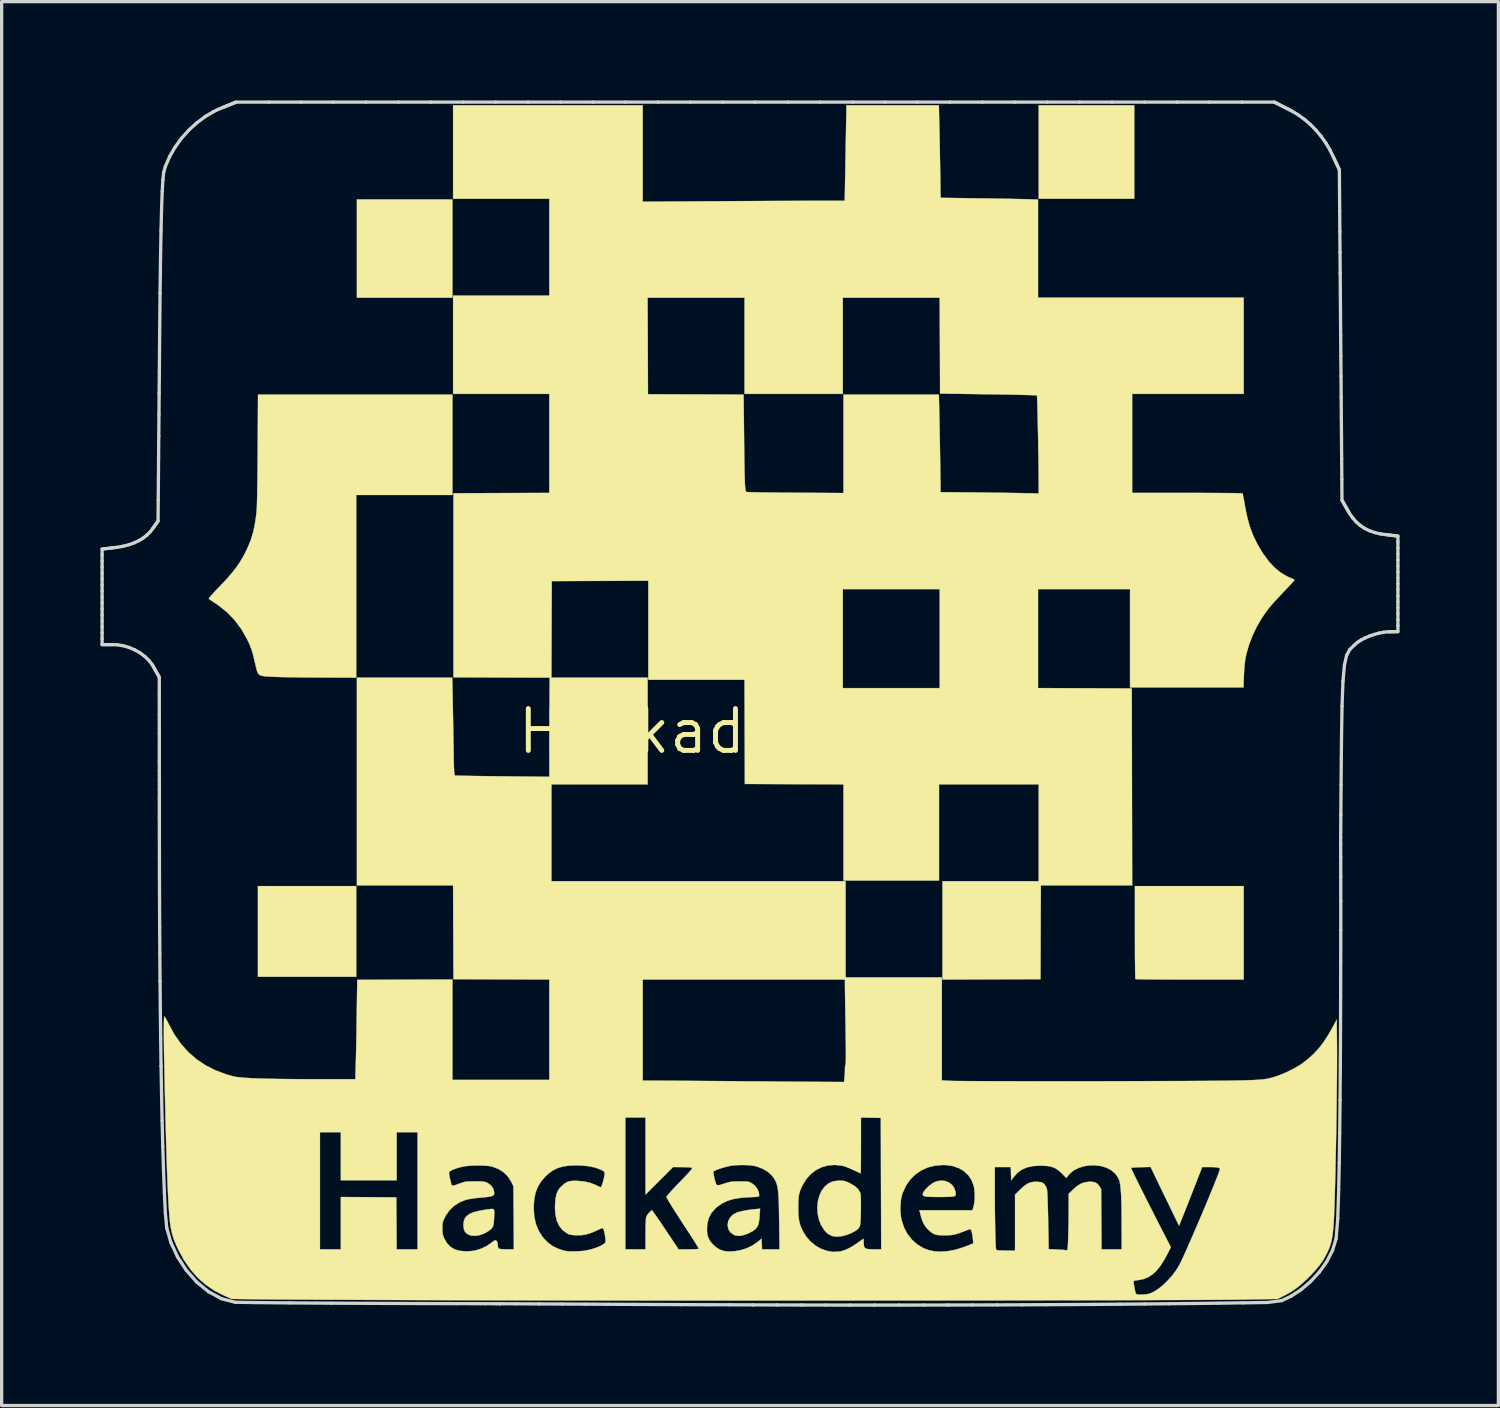
<source format=kicad_pcb>
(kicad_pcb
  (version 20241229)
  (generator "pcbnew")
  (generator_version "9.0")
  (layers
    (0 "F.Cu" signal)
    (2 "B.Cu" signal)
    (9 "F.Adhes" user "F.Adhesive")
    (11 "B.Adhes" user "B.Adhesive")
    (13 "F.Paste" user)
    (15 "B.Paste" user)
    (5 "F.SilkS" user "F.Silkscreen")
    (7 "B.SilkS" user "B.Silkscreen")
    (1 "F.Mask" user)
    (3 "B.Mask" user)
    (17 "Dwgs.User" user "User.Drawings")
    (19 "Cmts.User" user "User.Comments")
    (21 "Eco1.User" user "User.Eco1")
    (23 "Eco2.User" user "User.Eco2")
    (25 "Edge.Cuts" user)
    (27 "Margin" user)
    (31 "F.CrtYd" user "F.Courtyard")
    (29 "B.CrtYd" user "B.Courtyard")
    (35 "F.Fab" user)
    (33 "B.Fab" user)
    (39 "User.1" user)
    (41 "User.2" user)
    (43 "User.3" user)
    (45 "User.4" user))
  (footprint "Hackademy_01"
    (layer "F.Cu")
    (at 19.703 19.154)
    (property "Reference" "Hackademy_01" (at 0 0 0) (layer "F.SilkS") (effects (font (size 1.27 1.27) (thickness 0.15))))
    (attr through_hole)
    (fp_poly (pts (xy -8.996 -1.609) (xy -11.959 -1.609) (xy -11.959 -7.154) (xy -8.996 -7.154) (xy -8.996 -1.609)) (stroke (width 0.01) (type solid)) (fill yes) (layer "F.Mask"))
    (fp_poly (pts (xy -6.032 -13.208) (xy -8.996 -13.208) (xy -8.996 -16.15) (xy -6.032 -16.15) (xy -6.032 -13.208)) (stroke (width 0.01) (type solid)) (fill yes) (layer "F.Mask"))
    (fp_poly (pts (xy 2.9 10.604) (xy -3.281 10.604) (xy -3.281 7.514) (xy 2.9 7.514) (xy 2.9 10.604)) (stroke (width 0.01) (type solid)) (fill yes) (layer "F.Mask"))
    (fp_poly (pts (xy -6.038 9.033) (xy -6.043 10.552) (xy -7.519 10.557) (xy -8.996 10.562) (xy -8.996 7.514) (xy -6.032 7.514) (xy -6.038 9.033)) (stroke (width 0.01) (type solid)) (fill yes) (layer "F.Mask"))
    (fp_poly (pts (xy -0.127 1.609) (xy 2.9 1.609) (xy 2.9 4.572) (xy -6.032 4.572) (xy -6.032 1.609) (xy -3.09 1.609) (xy -3.09 -1.545) (xy -0.127 -1.545) (xy -0.127 1.609)) (stroke (width 0.01) (type solid)) (fill yes) (layer "F.Mask"))
    (fp_poly (pts (xy -3.074 -3.096) (xy -3.08 -1.619) (xy -4.556 -1.614) (xy -6.032 -1.608) (xy -6.032 1.333) (xy -8.996 1.333) (xy -8.996 -1.609) (xy -6.032 -1.609) (xy -6.032 -4.572) (xy -4.551 -4.572) (xy -3.069 -4.572) (xy -3.074 -3.096)) (stroke (width 0.01) (type solid)) (fill yes) (layer "F.Mask"))
    (fp_poly (pts (xy -12.425 13.631) (xy -10.711 13.631) (xy -10.705 12.896) (xy -10.7 12.16) (xy -10.086 12.16) (xy -10.081 13.955) (xy -10.075 15.749) (xy -10.387 15.743) (xy -10.7 15.737) (xy -10.711 14.16) (xy -11.563 14.166) (xy -12.414 14.171) (xy -12.42 14.96) (xy -12.425 15.748) (xy -13.039 15.748) (xy -13.039 12.15) (xy -12.425 12.15) (xy -12.425 13.631)) (stroke (width 0.01) (type solid)) (fill yes) (layer "F.Mask"))
    (fp_poly (pts (xy -0.127 -10.202) (xy -1.595 -10.202) (xy -1.84 -10.203) (xy -2.073 -10.203) (xy -2.29 -10.204) (xy -2.488 -10.205) (xy -2.663 -10.207) (xy -2.811 -10.208) (xy -2.93 -10.21) (xy -3.016 -10.213) (xy -3.065 -10.215) (xy -3.076 -10.216) (xy -3.079 -10.239) (xy -3.081 -10.301) (xy -3.083 -10.399) (xy -3.085 -10.528) (xy -3.086 -10.686) (xy -3.088 -10.869) (xy -3.089 -11.073) (xy -3.09 -11.296) (xy -3.09 -11.534) (xy -3.09 -11.698) (xy -3.09 -13.166) (xy -0.127 -13.166) (xy -0.127 -10.202)) (stroke (width 0.01) (type solid)) (fill yes) (layer "F.Mask"))
    (fp_poly (pts (xy -3.175 12.88) (xy -3.175 13.096) (xy -3.174 13.3) (xy -3.173 13.486) (xy -3.172 13.651) (xy -3.17 13.792) (xy -3.168 13.904) (xy -3.166 13.983) (xy -3.164 14.027) (xy -3.163 14.034) (xy -3.145 14.019) (xy -3.1 13.98) (xy -3.034 13.918) (xy -2.95 13.838) (xy -2.851 13.745) (xy -2.745 13.642) (xy -2.339 13.251) (xy -2.007 13.251) (xy -1.675 13.25) (xy -2.118 13.69) (xy -2.561 14.129) (xy -2.032 14.927) (xy -1.923 15.091) (xy -1.822 15.245) (xy -1.73 15.384) (xy -1.651 15.505) (xy -1.587 15.604) (xy -1.539 15.678) (xy -1.51 15.723) (xy -1.503 15.736) (xy -1.523 15.74) (xy -1.578 15.744) (xy -1.66 15.746) (xy -1.764 15.748) (xy -1.821 15.748) (xy -2.14 15.748) (xy -2.544 15.133) (xy -2.949 14.518) (xy -3.175 14.741) (xy -3.175 15.748) (xy -3.457 15.748) (xy -3.563 15.747) (xy -3.652 15.744) (xy -3.718 15.74) (xy -3.751 15.735) (xy -3.754 15.734) (xy -3.756 15.711) (xy -3.758 15.649) (xy -3.759 15.55) (xy -3.761 15.418) (xy -3.763 15.256) (xy -3.764 15.066) (xy -3.765 14.851) (xy -3.766 14.614) (xy -3.767 14.359) (xy -3.767 14.087) (xy -3.768 13.803) (xy -3.768 13.723) (xy -3.768 11.726) (xy -3.175 11.726) (xy -3.175 12.88)) (stroke (width 0.01) (type solid)) (fill yes) (layer "F.Mask"))
    (fp_poly (pts (xy -5.16 13.173) (xy -4.993 13.185) (xy -4.84 13.207) (xy -4.784 13.219) (xy -4.677 13.247) (xy -4.575 13.282) (xy -4.486 13.318) (xy -4.417 13.354) (xy -4.375 13.385) (xy -4.367 13.406) (xy -4.377 13.438) (xy -4.395 13.501) (xy -4.418 13.585) (xy -4.435 13.649) (xy -4.493 13.862) (xy -4.601 13.801) (xy -4.759 13.729) (xy -4.931 13.676) (xy -5.108 13.644) (xy -5.278 13.636) (xy -5.43 13.652) (xy -5.472 13.662) (xy -5.558 13.694) (xy -5.629 13.738) (xy -5.704 13.806) (xy -5.707 13.808) (xy -5.793 13.912) (xy -5.855 14.027) (xy -5.895 14.162) (xy -5.917 14.326) (xy -5.92 14.372) (xy -5.917 14.584) (xy -5.883 14.775) (xy -5.82 14.941) (xy -5.731 15.08) (xy -5.617 15.19) (xy -5.48 15.269) (xy -5.321 15.313) (xy -5.272 15.318) (xy -5.121 15.316) (xy -4.955 15.286) (xy -4.789 15.234) (xy -4.636 15.163) (xy -4.536 15.098) (xy -4.475 15.057) (xy -4.442 15.048) (xy -4.435 15.055) (xy -4.428 15.085) (xy -4.413 15.148) (xy -4.395 15.232) (xy -4.381 15.299) (xy -4.36 15.404) (xy -4.35 15.476) (xy -4.35 15.521) (xy -4.359 15.546) (xy -4.36 15.546) (xy -4.396 15.573) (xy -4.464 15.607) (xy -4.554 15.646) (xy -4.657 15.685) (xy -4.764 15.721) (xy -4.865 15.75) (xy -4.986 15.774) (xy -5.128 15.791) (xy -5.276 15.801) (xy -5.415 15.802) (xy -5.532 15.794) (xy -5.559 15.79) (xy -5.75 15.738) (xy -5.933 15.656) (xy -6.099 15.548) (xy -6.237 15.422) (xy -6.245 15.413) (xy -6.311 15.322) (xy -6.38 15.204) (xy -6.444 15.074) (xy -6.496 14.947) (xy -6.522 14.859) (xy -6.539 14.76) (xy -6.548 14.633) (xy -6.551 14.49) (xy -6.548 14.343) (xy -6.538 14.207) (xy -6.522 14.094) (xy -6.513 14.055) (xy -6.435 13.838) (xy -6.325 13.648) (xy -6.184 13.487) (xy -6.015 13.356) (xy -5.819 13.258) (xy -5.609 13.195) (xy -5.482 13.177) (xy -5.328 13.17) (xy -5.16 13.173)) (stroke (width 0.01) (type solid)) (fill yes) (layer "F.Mask"))
    (fp_poly (pts (xy -8.022 13.178) (xy -7.886 13.197) (xy -7.885 13.197) (xy -7.79 13.223) (xy -7.681 13.262) (xy -7.582 13.306) (xy -7.579 13.308) (xy -7.425 13.406) (xy -7.304 13.531) (xy -7.213 13.686) (xy -7.194 13.73) (xy -7.183 13.76) (xy -7.173 13.789) (xy -7.165 13.821) (xy -7.159 13.861) (xy -7.154 13.911) (xy -7.151 13.978) (xy -7.148 14.063) (xy -7.146 14.173) (xy -7.145 14.311) (xy -7.145 14.48) (xy -7.145 14.686) (xy -7.144 14.796) (xy -7.144 15.737) (xy -7.38 15.743) (xy -7.616 15.749) (xy -7.629 15.664) (xy -7.641 15.582) (xy -7.653 15.499) (xy -7.654 15.494) (xy -7.664 15.441) (xy -7.674 15.412) (xy -7.677 15.409) (xy -7.697 15.422) (xy -7.739 15.457) (xy -7.794 15.505) (xy -7.796 15.507) (xy -7.942 15.615) (xy -8.11 15.701) (xy -8.291 15.763) (xy -8.476 15.799) (xy -8.655 15.806) (xy -8.819 15.781) (xy -8.825 15.779) (xy -8.954 15.732) (xy -9.059 15.666) (xy -9.158 15.571) (xy -9.163 15.565) (xy -9.243 15.454) (xy -9.293 15.331) (xy -9.318 15.186) (xy -9.322 15.071) (xy -9.313 14.948) (xy -8.696 14.948) (xy -8.694 15.066) (xy -8.655 15.173) (xy -8.59 15.253) (xy -8.547 15.288) (xy -8.506 15.309) (xy -8.453 15.318) (xy -8.378 15.318) (xy -8.323 15.315) (xy -8.196 15.3) (xy -8.084 15.265) (xy -8.037 15.245) (xy -7.954 15.199) (xy -7.874 15.145) (xy -7.826 15.104) (xy -7.747 15.026) (xy -7.747 14.515) (xy -7.975 14.526) (xy -8.181 14.545) (xy -8.351 14.584) (xy -8.486 14.641) (xy -8.587 14.719) (xy -8.655 14.817) (xy -8.66 14.826) (xy -8.696 14.948) (xy -9.313 14.948) (xy -9.309 14.905) (xy -9.271 14.765) (xy -9.204 14.638) (xy -9.108 14.519) (xy -8.961 14.391) (xy -8.782 14.289) (xy -8.572 14.212) (xy -8.334 14.163) (xy -8.07 14.141) (xy -7.993 14.14) (xy -7.742 14.139) (xy -7.751 14.012) (xy -7.77 13.902) (xy -7.811 13.819) (xy -7.884 13.751) (xy -7.939 13.716) (xy -7.989 13.692) (xy -8.041 13.675) (xy -8.106 13.665) (xy -8.196 13.659) (xy -8.259 13.656) (xy -8.494 13.662) (xy -8.703 13.697) (xy -8.893 13.763) (xy -8.909 13.77) (xy -8.97 13.797) (xy -9.014 13.814) (xy -9.029 13.817) (xy -9.039 13.793) (xy -9.054 13.738) (xy -9.073 13.664) (xy -9.093 13.581) (xy -9.111 13.5) (xy -9.125 13.432) (xy -9.132 13.387) (xy -9.132 13.375) (xy -9.104 13.355) (xy -9.045 13.327) (xy -8.964 13.295) (xy -8.871 13.262) (xy -8.776 13.231) (xy -8.689 13.207) (xy -8.653 13.199) (xy -8.514 13.179) (xy -8.352 13.169) (xy -8.183 13.168) (xy -8.022 13.178)) (stroke (width 0.01) (type solid)) (fill yes) (layer "F.Mask"))
    (fp_poly (pts (xy -8.996 4.699) (xy -8.996 7.514) (xy -11.959 7.514) (xy -11.959 10.562) (xy -13.52 10.559) (xy -13.779 10.559) (xy -14.029 10.557) (xy -14.266 10.556) (xy -14.488 10.554) (xy -14.69 10.552) (xy -14.867 10.55) (xy -15.018 10.547) (xy -15.136 10.544) (xy -15.22 10.542) (xy -15.26 10.539) (xy -15.619 10.485) (xy -15.958 10.394) (xy -16.276 10.268) (xy -16.572 10.107) (xy -16.844 9.913) (xy -17.09 9.686) (xy -17.309 9.428) (xy -17.5 9.139) (xy -17.573 9.004) (xy -17.665 8.81) (xy -17.741 8.613) (xy -17.808 8.397) (xy -17.84 8.276) (xy -17.895 8.054) (xy -17.903 4.699) (xy -14.922 4.699) (xy -14.922 6.061) (xy -14.922 6.297) (xy -14.922 6.521) (xy -14.921 6.728) (xy -14.919 6.916) (xy -14.918 7.081) (xy -14.916 7.218) (xy -14.914 7.325) (xy -14.912 7.398) (xy -14.909 7.434) (xy -14.908 7.437) (xy -14.885 7.439) (xy -14.824 7.441) (xy -14.726 7.443) (xy -14.597 7.445) (xy -14.439 7.447) (xy -14.256 7.448) (xy -14.051 7.449) (xy -13.829 7.45) (xy -13.591 7.451) (xy -13.427 7.451) (xy -11.959 7.451) (xy -11.959 4.699) (xy -14.922 4.699) (xy -17.903 4.699) (xy -17.906 3.27) (xy -17.918 -1.513) (xy -17.964 -1.635) (xy -18.075 -1.878) (xy -18.208 -2.085) (xy -18.365 -2.257) (xy -18.546 -2.396) (xy -18.753 -2.502) (xy -18.938 -2.564) (xy -19.041 -2.587) (xy -19.152 -2.602) (xy -19.284 -2.61) (xy -19.373 -2.611) (xy -19.643 -2.614) (xy -19.643 -5.603) (xy -19.341 -5.615) (xy -19.099 -5.634) (xy -18.889 -5.67) (xy -18.706 -5.728) (xy -18.542 -5.808) (xy -18.393 -5.914) (xy -18.286 -6.01) (xy -18.161 -6.15) (xy -18.066 -6.296) (xy -17.994 -6.46) (xy -17.956 -6.585) (xy -17.952 -6.601) (xy -17.948 -6.622) (xy -17.945 -6.648) (xy -17.941 -6.681) (xy -17.938 -6.722) (xy -17.936 -6.774) (xy -17.933 -6.838) (xy -17.931 -6.915) (xy -17.929 -7.008) (xy -17.927 -7.117) (xy -17.925 -7.245) (xy -17.923 -7.393) (xy -17.922 -7.562) (xy -17.92 -7.755) (xy -17.919 -7.973) (xy -17.918 -8.218) (xy -17.916 -8.491) (xy -17.915 -8.793) (xy -17.914 -9.127) (xy -17.913 -9.495) (xy -17.912 -9.897) (xy -17.91 -10.335) (xy -17.909 -10.812) (xy -17.908 -11.328) (xy -17.907 -11.673) (xy -17.906 -12.213) (xy -17.904 -12.713) (xy -17.903 -13.173) (xy -17.902 -13.596) (xy -17.901 -13.983) (xy -17.9 -14.336) (xy -17.899 -14.657) (xy -17.898 -14.947) (xy -17.897 -15.208) (xy -17.895 -15.442) (xy -17.894 -15.65) (xy -17.893 -15.834) (xy -17.891 -15.995) (xy -17.89 -16.136) (xy -17.888 -16.257) (xy -17.886 -16.361) (xy -17.884 -16.45) (xy -17.881 -16.524) (xy -17.879 -16.586) (xy -17.876 -16.637) (xy -17.873 -16.679) (xy -17.869 -16.713) (xy -17.866 -16.741) (xy -17.862 -16.766) (xy -17.857 -16.788) (xy -17.853 -16.809) (xy -17.851 -16.817) (xy -17.751 -17.169) (xy -17.62 -17.492) (xy -17.458 -17.791) (xy -17.262 -18.067) (xy -17.081 -18.274) (xy -16.857 -18.486) (xy -16.618 -18.665) (xy -16.359 -18.816) (xy -16.074 -18.94) (xy -15.759 -19.042) (xy -15.663 -19.067) (xy -15.441 -19.123) (xy -12.218 -19.129) (xy -8.996 -19.136) (xy -8.996 -16.192) (xy -11.959 -16.192) (xy -11.959 -13.166) (xy -8.996 -13.166) (xy -8.996 -10.224) (xy -7.519 -10.218) (xy -6.043 -10.213) (xy -6.038 -8.737) (xy -6.032 -7.26) (xy -8.996 -7.26) (xy -8.996 -10.224) (xy -11.954 -10.218) (xy -14.912 -10.213) (xy -14.924 -8.371) (xy -14.926 -8.05) (xy -14.928 -7.768) (xy -14.929 -7.522) (xy -14.931 -7.31) (xy -14.933 -7.128) (xy -14.935 -6.974) (xy -14.938 -6.845) (xy -14.94 -6.738) (xy -14.943 -6.649) (xy -14.947 -6.577) (xy -14.951 -6.517) (xy -14.956 -6.468) (xy -14.962 -6.426) (xy -14.968 -6.388) (xy -14.976 -6.351) (xy -14.983 -6.318) (xy -15.09 -5.932) (xy -15.233 -5.565) (xy -15.409 -5.221) (xy -15.617 -4.901) (xy -15.857 -4.607) (xy -16.126 -4.342) (xy -16.346 -4.164) (xy -16.411 -4.115) (xy -16.461 -4.076) (xy -16.487 -4.054) (xy -16.489 -4.051) (xy -16.471 -4.038) (xy -16.425 -4.013) (xy -16.36 -3.978) (xy -16.345 -3.971) (xy -16.147 -3.854) (xy -15.946 -3.703) (xy -15.754 -3.528) (xy -15.579 -3.336) (xy -15.497 -3.232) (xy -15.357 -3.016) (xy -15.231 -2.77) (xy -15.122 -2.505) (xy -15.036 -2.23) (xy -14.975 -1.958) (xy -14.954 -1.81) (xy -14.945 -1.735) (xy -14.936 -1.673) (xy -14.93 -1.646) (xy -14.926 -1.639) (xy -14.917 -1.632) (xy -14.899 -1.627) (xy -14.87 -1.623) (xy -14.826 -1.619) (xy -14.765 -1.616) (xy -14.684 -1.614) (xy -14.581 -1.612) (xy -14.451 -1.611) (xy -14.292 -1.61) (xy -14.101 -1.609) (xy -13.876 -1.609) (xy -13.613 -1.609) (xy -13.439 -1.609) (xy -11.959 -1.609) (xy -11.959 4.699) (xy -8.996 4.699)) (stroke (width 0.01) (type solid)) (fill yes) (layer "F.Mask"))
    (fp_poly (pts (xy -11.938 7.451) (xy -14.922 7.451) (xy -14.922 4.699) (xy -11.938 4.699) (xy -11.938 7.451)) (stroke (width 0.01) (type solid)) (fill yes) (layer "F.SilkS"))
    (fp_poly (pts (xy -9.017 -13.166) (xy -11.917 -13.166) (xy -11.917 -16.15) (xy -9.017 -16.15) (xy -9.017 -13.166)) (stroke (width 0.01) (type solid)) (fill yes) (layer "F.SilkS"))
    (fp_poly (pts (xy 11.684 -16.171) (xy 8.784 -16.171) (xy 8.784 -19.008) (xy 11.684 -19.008) (xy 11.684 -16.171)) (stroke (width 0.01) (type solid)) (fill yes) (layer "F.SilkS"))
    (fp_poly (pts (xy 15.007 7.535) (xy 13.37 7.535) (xy 13.111 7.535) (xy 12.864 7.535) (xy 12.632 7.534) (xy 12.419 7.533) (xy 12.228 7.531) (xy 12.063 7.53) (xy 11.926 7.528) (xy 11.822 7.526) (xy 11.752 7.524) (xy 11.721 7.522) (xy 11.719 7.521) (xy 11.717 7.498) (xy 11.715 7.436) (xy 11.712 7.339) (xy 11.711 7.21) (xy 11.709 7.053) (xy 11.707 6.871) (xy 11.706 6.668) (xy 11.706 6.448) (xy 11.705 6.213) (xy 11.705 6.103) (xy 11.705 4.699) (xy 15.007 4.699) (xy 15.007 7.535)) (stroke (width 0.01) (type solid)) (fill yes) (layer "F.SilkS"))
    (fp_poly (pts (xy 0.309 14.712) (xy 0.297 14.843) (xy 0.28 14.941) (xy 0.254 15.015) (xy 0.218 15.074) (xy 0.177 15.117) (xy 0.101 15.173) (xy -0.002 15.228) (xy -0.114 15.275) (xy -0.222 15.307) (xy -0.279 15.317) (xy -0.366 15.318) (xy -0.437 15.301) (xy -0.481 15.282) (xy -0.576 15.212) (xy -0.637 15.118) (xy -0.661 15.004) (xy -0.661 14.989) (xy -0.641 14.866) (xy -0.584 14.758) (xy -0.494 14.67) (xy -0.402 14.619) (xy -0.319 14.591) (xy -0.206 14.564) (xy -0.075 14.539) (xy 0.064 14.519) (xy 0.157 14.509) (xy 0.324 14.494) (xy 0.309 14.712)) (stroke (width 0.01) (type solid)) (fill yes) (layer "F.SilkS"))
    (fp_poly (pts (xy 5.95 13.655) (xy 6.063 13.701) (xy 6.157 13.775) (xy 6.224 13.874) (xy 6.259 13.994) (xy 6.26 14.001) (xy 6.264 14.061) (xy 6.256 14.093) (xy 6.23 14.111) (xy 6.214 14.118) (xy 6.173 14.125) (xy 6.099 14.13) (xy 6 14.134) (xy 5.885 14.137) (xy 5.761 14.138) (xy 5.638 14.137) (xy 5.524 14.134) (xy 5.427 14.131) (xy 5.356 14.125) (xy 5.32 14.118) (xy 5.272 14.09) (xy 5.26 14.052) (xy 5.282 13.996) (xy 5.291 13.981) (xy 5.364 13.886) (xy 5.459 13.796) (xy 5.564 13.72) (xy 5.664 13.669) (xy 5.687 13.661) (xy 5.823 13.64) (xy 5.95 13.655)) (stroke (width 0.01) (type solid)) (fill yes) (layer "F.SilkS"))
    (fp_poly (pts (xy -7.794 14.502) (xy -7.761 14.518) (xy -7.747 14.555) (xy -7.745 14.616) (xy -7.749 14.706) (xy -7.751 14.75) (xy -7.757 14.875) (xy -7.768 14.967) (xy -7.787 15.035) (xy -7.82 15.087) (xy -7.869 15.134) (xy -7.939 15.183) (xy -7.943 15.186) (xy -8.068 15.254) (xy -8.201 15.298) (xy -8.331 15.318) (xy -8.445 15.31) (xy -8.468 15.305) (xy -8.567 15.261) (xy -8.633 15.199) (xy -8.67 15.111) (xy -8.683 14.993) (xy -8.683 14.986) (xy -8.672 14.875) (xy -8.636 14.782) (xy -8.574 14.706) (xy -8.482 14.644) (xy -8.355 14.595) (xy -8.193 14.555) (xy -8.059 14.532) (xy -7.936 14.513) (xy -7.85 14.502) (xy -7.794 14.502)) (stroke (width 0.01) (type solid)) (fill yes) (layer "F.SilkS"))
    (fp_poly (pts (xy 2.818 13.644) (xy 2.885 13.654) (xy 2.951 13.675) (xy 3.032 13.711) (xy 3.052 13.721) (xy 3.194 13.805) (xy 3.296 13.895) (xy 3.358 13.992) (xy 3.376 14.061) (xy 3.381 14.111) (xy 3.383 14.195) (xy 3.385 14.305) (xy 3.385 14.432) (xy 3.383 14.568) (xy 3.383 14.577) (xy 3.38 14.733) (xy 3.375 14.854) (xy 3.368 14.945) (xy 3.355 15.012) (xy 3.335 15.062) (xy 3.306 15.1) (xy 3.267 15.133) (xy 3.216 15.167) (xy 3.212 15.17) (xy 3.081 15.24) (xy 2.941 15.293) (xy 2.801 15.328) (xy 2.67 15.342) (xy 2.558 15.334) (xy 2.508 15.319) (xy 2.423 15.279) (xy 2.358 15.235) (xy 2.298 15.172) (xy 2.266 15.133) (xy 2.175 14.987) (xy 2.11 14.821) (xy 2.073 14.642) (xy 2.063 14.458) (xy 2.079 14.276) (xy 2.123 14.105) (xy 2.192 13.95) (xy 2.288 13.821) (xy 2.297 13.812) (xy 2.406 13.724) (xy 2.525 13.669) (xy 2.666 13.645) (xy 2.732 13.642) (xy 2.818 13.644)) (stroke (width 0.01) (type solid)) (fill yes) (layer "F.SilkS"))
    (fp_poly (pts (xy -9.017 -7.176) (xy -11.938 -7.176) (xy -11.938 -1.63) (xy -12.917 -1.634) (xy -13.136 -1.635) (xy -13.359 -1.636) (xy -13.578 -1.638) (xy -13.786 -1.641) (xy -13.977 -1.644) (xy -14.143 -1.646) (xy -14.277 -1.649) (xy -14.33 -1.651) (xy -14.501 -1.657) (xy -14.635 -1.665) (xy -14.737 -1.675) (xy -14.812 -1.689) (xy -14.866 -1.709) (xy -14.902 -1.737) (xy -14.927 -1.774) (xy -14.946 -1.822) (xy -14.953 -1.845) (xy -14.972 -1.918) (xy -14.996 -2.016) (xy -15.02 -2.12) (xy -15.028 -2.156) (xy -15.072 -2.338) (xy -15.12 -2.495) (xy -15.178 -2.643) (xy -15.252 -2.8) (xy -15.253 -2.802) (xy -15.426 -3.104) (xy -15.627 -3.374) (xy -15.855 -3.611) (xy -16.11 -3.816) (xy -16.164 -3.854) (xy -16.252 -3.912) (xy -16.327 -3.963) (xy -16.383 -4.002) (xy -16.412 -4.023) (xy -16.413 -4.024) (xy -16.405 -4.044) (xy -16.37 -4.09) (xy -16.31 -4.159) (xy -16.23 -4.246) (xy -16.132 -4.349) (xy -16.106 -4.376) (xy -15.906 -4.585) (xy -15.737 -4.778) (xy -15.594 -4.958) (xy -15.472 -5.134) (xy -15.366 -5.312) (xy -15.293 -5.45) (xy -15.203 -5.648) (xy -15.129 -5.838) (xy -15.071 -6.031) (xy -15.024 -6.238) (xy -14.987 -6.468) (xy -14.963 -6.668) (xy -14.958 -6.734) (xy -14.953 -6.84) (xy -14.949 -6.984) (xy -14.944 -7.164) (xy -14.941 -7.377) (xy -14.937 -7.622) (xy -14.934 -7.895) (xy -14.931 -8.196) (xy -14.929 -8.522) (xy -14.929 -8.557) (xy -14.919 -10.223) (xy -9.017 -10.223) (xy -9.017 -7.176)) (stroke (width 0.01) (type solid)) (fill yes) (layer "F.SilkS"))
    (fp_poly (pts (xy -3.239 -16.08) (xy -1 -16.094) (xy -0.675 -16.096) (xy -0.347 -16.098) (xy -0.021 -16.099) (xy 0.299 -16.101) (xy 0.609 -16.103) (xy 0.904 -16.104) (xy 1.18 -16.105) (xy 1.433 -16.106) (xy 1.658 -16.107) (xy 1.852 -16.108) (xy 2.009 -16.108) (xy 2.066 -16.108) (xy 2.894 -16.108) (xy 2.908 -16.854) (xy 2.912 -17.072) (xy 2.916 -17.315) (xy 2.921 -17.57) (xy 2.925 -17.825) (xy 2.93 -18.065) (xy 2.934 -18.278) (xy 2.934 -18.304) (xy 2.947 -19.008) (xy 5.752 -19.008) (xy 5.765 -18.452) (xy 5.769 -18.298) (xy 5.773 -18.11) (xy 5.777 -17.9) (xy 5.781 -17.674) (xy 5.785 -17.444) (xy 5.789 -17.219) (xy 5.792 -17.047) (xy 5.805 -16.198) (xy 6.834 -16.184) (xy 7.059 -16.181) (xy 7.286 -16.178) (xy 7.511 -16.174) (xy 7.724 -16.17) (xy 7.921 -16.167) (xy 8.094 -16.163) (xy 8.236 -16.16) (xy 8.313 -16.158) (xy 8.763 -16.145) (xy 8.763 -13.166) (xy 15.007 -13.166) (xy 15.007 -10.245) (xy 11.62 -10.245) (xy 11.62 -7.239) (xy 13.291 -7.239) (xy 13.554 -7.239) (xy 13.803 -7.238) (xy 14.037 -7.237) (xy 14.253 -7.236) (xy 14.446 -7.234) (xy 14.614 -7.233) (xy 14.754 -7.231) (xy 14.862 -7.228) (xy 14.935 -7.226) (xy 14.97 -7.223) (xy 14.973 -7.222) (xy 14.979 -7.197) (xy 14.992 -7.137) (xy 15.009 -7.049) (xy 15.028 -6.94) (xy 15.048 -6.828) (xy 15.113 -6.506) (xy 15.194 -6.216) (xy 15.294 -5.948) (xy 15.417 -5.694) (xy 15.565 -5.443) (xy 15.602 -5.387) (xy 15.768 -5.161) (xy 15.94 -4.975) (xy 16.12 -4.826) (xy 16.31 -4.711) (xy 16.411 -4.666) (xy 16.48 -4.637) (xy 16.53 -4.612) (xy 16.552 -4.597) (xy 16.552 -4.596) (xy 16.538 -4.578) (xy 16.499 -4.533) (xy 16.438 -4.467) (xy 16.36 -4.383) (xy 16.27 -4.287) (xy 16.207 -4.221) (xy 16.07 -4.076) (xy 15.957 -3.955) (xy 15.864 -3.849) (xy 15.784 -3.754) (xy 15.713 -3.662) (xy 15.645 -3.567) (xy 15.574 -3.463) (xy 15.548 -3.424) (xy 15.405 -3.178) (xy 15.277 -2.909) (xy 15.17 -2.631) (xy 15.09 -2.356) (xy 15.06 -2.212) (xy 15.047 -2.121) (xy 15.034 -2.002) (xy 15.023 -1.866) (xy 15.015 -1.729) (xy 15.013 -1.677) (xy 15.001 -1.333) (xy 11.557 -1.333) (xy 11.557 -4.318) (xy 8.763 -4.318) (xy 8.763 -1.313) (xy 11.61 -1.302) (xy 11.615 1.688) (xy 11.621 4.678) (xy 8.848 4.678) (xy 8.843 6.101) (xy 8.837 7.525) (xy 7.35 7.53) (xy 5.863 7.536) (xy 5.863 4.551) (xy 8.784 4.551) (xy 8.784 1.609) (xy 5.757 1.609) (xy 5.757 4.53) (xy 2.857 4.53) (xy 2.857 1.609) (xy 1.36 1.604) (xy -0.138 1.598) (xy -0.143 0.016) (xy -0.148 -1.566) (xy -3.069 -1.566) (xy -3.069 -4.318) (xy 2.836 -4.318) (xy 2.836 -1.312) (xy 5.779 -1.312) (xy 5.779 -4.318) (xy 2.836 -4.318) (xy -3.069 -4.318) (xy -3.069 -4.572) (xy -4.535 -4.567) (xy -6.001 -4.561) (xy -6.006 -3.096) (xy -6.012 -1.63) (xy -3.09 -1.63) (xy -3.09 1.609) (xy -6.011 1.609) (xy -6.011 4.551) (xy 2.921 4.551) (xy 2.921 7.472) (xy 5.842 7.472) (xy 5.842 10.598) (xy 6.099 10.612) (xy 6.158 10.614) (xy 6.256 10.616) (xy 6.391 10.617) (xy 6.561 10.619) (xy 6.762 10.62) (xy 6.993 10.621) (xy 7.251 10.622) (xy 7.533 10.623) (xy 7.836 10.623) (xy 8.159 10.624) (xy 8.497 10.624) (xy 8.85 10.625) (xy 9.213 10.625) (xy 9.585 10.625) (xy 9.963 10.624) (xy 10.344 10.624) (xy 10.726 10.624) (xy 11.106 10.623) (xy 11.481 10.622) (xy 11.85 10.621) (xy 12.208 10.62) (xy 12.555 10.619) (xy 12.886 10.618) (xy 13.2 10.617) (xy 13.494 10.615) (xy 13.765 10.614) (xy 14.011 10.612) (xy 14.229 10.61) (xy 14.416 10.609) (xy 14.571 10.607) (xy 14.689 10.604) (xy 14.7 10.604) (xy 14.931 10.599) (xy 15.124 10.594) (xy 15.285 10.588) (xy 15.419 10.581) (xy 15.531 10.574) (xy 15.626 10.564) (xy 15.708 10.551) (xy 15.784 10.536) (xy 15.857 10.517) (xy 15.934 10.494) (xy 16.013 10.468) (xy 16.151 10.417) (xy 16.304 10.351) (xy 16.459 10.276) (xy 16.604 10.198) (xy 16.728 10.124) (xy 16.785 10.085) (xy 16.971 9.939) (xy 17.134 9.791) (xy 17.282 9.631) (xy 17.42 9.454) (xy 17.554 9.251) (xy 17.691 9.016) (xy 17.719 8.964) (xy 17.833 8.752) (xy 17.84 9.599) (xy 17.841 9.826) (xy 17.84 10.09) (xy 17.839 10.387) (xy 17.836 10.713) (xy 17.832 11.061) (xy 17.828 11.428) (xy 17.822 11.808) (xy 17.816 12.197) (xy 17.808 12.591) (xy 17.8 12.984) (xy 17.792 13.371) (xy 17.782 13.748) (xy 17.779 13.875) (xy 17.771 14.177) (xy 17.762 14.44) (xy 17.753 14.669) (xy 17.743 14.867) (xy 17.732 15.037) (xy 17.718 15.183) (xy 17.702 15.31) (xy 17.683 15.42) (xy 17.661 15.518) (xy 17.635 15.607) (xy 17.604 15.691) (xy 17.569 15.774) (xy 17.529 15.86) (xy 17.526 15.864) (xy 17.434 16.031) (xy 17.322 16.195) (xy 17.185 16.362) (xy 17.019 16.539) (xy 16.918 16.638) (xy 16.755 16.787) (xy 16.604 16.909) (xy 16.451 17.013) (xy 16.286 17.108) (xy 16.215 17.144) (xy 16.037 17.234) (xy 14.924 17.253) (xy 14.803 17.255) (xy 14.64 17.257) (xy 14.439 17.258) (xy 14.2 17.26) (xy 13.924 17.261) (xy 13.615 17.263) (xy 13.272 17.264) (xy 12.898 17.266) (xy 12.494 17.267) (xy 12.062 17.269) (xy 11.603 17.27) (xy 11.119 17.271) (xy 10.611 17.272) (xy 10.082 17.273) (xy 9.532 17.274) (xy 8.963 17.275) (xy 8.377 17.276) (xy 7.775 17.277) (xy 7.158 17.278) (xy 6.53 17.279) (xy 5.89 17.279) (xy 5.241 17.28) (xy 4.584 17.281) (xy 3.92 17.281) (xy 3.252 17.281) (xy 2.58 17.282) (xy 1.907 17.282) (xy 1.234 17.282) (xy 0.562 17.282) (xy -0.107 17.282) (xy -0.771 17.282) (xy -1.429 17.282) (xy -2.08 17.282) (xy -2.721 17.282) (xy -3.351 17.281) (xy -3.969 17.281) (xy -4.573 17.28) (xy -5.161 17.28) (xy -5.732 17.279) (xy -6.285 17.278) (xy -6.817 17.277) (xy -7.328 17.276) (xy -7.815 17.275) (xy -8.277 17.274) (xy -8.713 17.273) (xy -8.975 17.272) (xy -9.445 17.27) (xy -9.912 17.269) (xy -10.371 17.267) (xy -10.821 17.265) (xy -11.26 17.264) (xy -11.685 17.262) (xy -12.094 17.26) (xy -12.485 17.258) (xy -12.856 17.257) (xy -13.203 17.255) (xy -13.526 17.253) (xy -13.821 17.252) (xy -14.087 17.25) (xy -14.32 17.249) (xy -14.52 17.248) (xy -14.683 17.246) (xy -14.807 17.245) (xy -14.859 17.245) (xy -15.716 17.234) (xy -15.949 17.132) (xy -16.242 16.982) (xy -16.509 16.801) (xy -16.751 16.587) (xy -16.968 16.34) (xy -17.164 16.057) (xy -17.322 15.769) (xy -17.406 15.591) (xy -17.47 15.436) (xy -17.518 15.289) (xy -17.554 15.14) (xy -17.577 15.007) (xy -17.592 14.9) (xy -17.606 14.765) (xy -17.619 14.6) (xy -17.632 14.404) (xy -17.645 14.177) (xy -17.658 13.917) (xy -17.671 13.623) (xy -17.683 13.294) (xy -17.695 12.929) (xy -17.707 12.527) (xy -17.717 12.171) (xy -13.039 12.171) (xy -13.039 15.727) (xy -12.404 15.727) (xy -12.404 14.139) (xy -11.562 14.144) (xy -10.721 14.15) (xy -10.715 14.938) (xy -10.71 15.727) (xy -10.075 15.727) (xy -10.075 15.089) (xy -9.323 15.089) (xy -9.321 15.188) (xy -9.312 15.262) (xy -9.294 15.327) (xy -9.264 15.399) (xy -9.182 15.541) (xy -9.08 15.649) (xy -8.957 15.725) (xy -8.807 15.771) (xy -8.627 15.788) (xy -8.604 15.789) (xy -8.5 15.785) (xy -8.392 15.774) (xy -8.302 15.758) (xy -8.138 15.705) (xy -7.976 15.626) (xy -7.837 15.531) (xy -7.834 15.528) (xy -7.779 15.486) (xy -7.735 15.458) (xy -7.717 15.452) (xy -7.674 15.471) (xy -7.648 15.525) (xy -7.641 15.589) (xy -7.635 15.65) (xy -7.621 15.695) (xy -7.616 15.701) (xy -7.579 15.715) (xy -7.503 15.723) (xy -7.39 15.727) (xy -7.371 15.727) (xy -7.151 15.727) (xy -7.158 14.769) (xy -7.16 14.467) (xy -6.55 14.467) (xy -6.533 14.725) (xy -6.483 14.957) (xy -6.398 15.166) (xy -6.279 15.35) (xy -6.223 15.416) (xy -6.101 15.536) (xy -5.978 15.626) (xy -5.837 15.696) (xy -5.748 15.73) (xy -5.658 15.759) (xy -5.579 15.777) (xy -5.496 15.787) (xy -5.391 15.79) (xy -5.355 15.79) (xy -5.244 15.788) (xy -5.13 15.782) (xy -5.032 15.773) (xy -4.995 15.768) (xy -4.856 15.741) (xy -4.721 15.703) (xy -4.6 15.66) (xy -4.497 15.613) (xy -4.42 15.565) (xy -4.375 15.519) (xy -4.369 15.503) (xy -4.367 15.459) (xy -4.373 15.389) (xy -4.385 15.306) (xy -4.401 15.221) (xy -4.418 15.148) (xy -4.435 15.098) (xy -4.442 15.086) (xy -4.469 15.086) (xy -4.524 15.103) (xy -4.596 15.136) (xy -4.607 15.141) (xy -4.783 15.221) (xy -4.943 15.272) (xy -5.097 15.297) (xy -5.257 15.3) (xy -5.359 15.294) (xy -5.431 15.283) (xy -5.489 15.266) (xy -5.544 15.238) (xy -5.549 15.235) (xy -5.677 15.138) (xy -5.776 15.014) (xy -5.846 14.861) (xy -5.888 14.679) (xy -5.903 14.466) (xy -5.898 14.33) (xy -5.883 14.175) (xy -5.857 14.053) (xy -5.817 13.953) (xy -5.759 13.869) (xy -5.713 13.82) (xy -5.625 13.741) (xy -5.546 13.689) (xy -5.461 13.66) (xy -5.36 13.648) (xy -5.253 13.647) (xy -5.031 13.665) (xy -4.837 13.707) (xy -4.664 13.776) (xy -4.657 13.779) (xy -4.59 13.812) (xy -4.538 13.835) (xy -4.512 13.843) (xy -4.497 13.824) (xy -4.476 13.774) (xy -4.453 13.704) (xy -4.43 13.623) (xy -4.411 13.543) (xy -4.4 13.474) (xy -4.397 13.451) (xy -4.396 13.404) (xy -4.406 13.373) (xy -4.436 13.348) (xy -4.493 13.317) (xy -4.508 13.309) (xy -4.674 13.247) (xy -4.875 13.204) (xy -5.108 13.181) (xy -5.26 13.177) (xy -5.478 13.185) (xy -5.664 13.213) (xy -5.826 13.261) (xy -5.972 13.334) (xy -6.108 13.434) (xy -6.193 13.513) (xy -6.325 13.665) (xy -6.424 13.828) (xy -6.493 14.008) (xy -6.534 14.211) (xy -6.549 14.443) (xy -6.55 14.467) (xy -7.16 14.467) (xy -7.165 13.81) (xy -7.234 13.671) (xy -7.333 13.515) (xy -7.465 13.386) (xy -7.624 13.285) (xy -7.808 13.217) (xy -7.811 13.216) (xy -7.914 13.197) (xy -8.047 13.185) (xy -8.198 13.18) (xy -8.356 13.182) (xy -8.507 13.19) (xy -8.64 13.205) (xy -8.702 13.216) (xy -8.818 13.245) (xy -8.925 13.279) (xy -9.016 13.315) (xy -9.082 13.349) (xy -9.116 13.38) (xy -9.119 13.386) (xy -9.118 13.43) (xy -9.107 13.506) (xy -9.087 13.604) (xy -9.059 13.715) (xy -9.057 13.723) (xy -9.046 13.762) (xy -9.032 13.785) (xy -9.008 13.794) (xy -8.968 13.788) (xy -8.903 13.768) (xy -8.807 13.733) (xy -8.784 13.724) (xy -8.715 13.7) (xy -8.654 13.683) (xy -8.591 13.672) (xy -8.514 13.667) (xy -8.413 13.665) (xy -8.34 13.664) (xy -8.219 13.664) (xy -8.131 13.667) (xy -8.067 13.674) (xy -8.017 13.685) (xy -7.971 13.702) (xy -7.954 13.709) (xy -7.854 13.777) (xy -7.785 13.872) (xy -7.755 13.968) (xy -7.748 14.019) (xy -7.753 14.059) (xy -7.774 14.088) (xy -7.816 14.11) (xy -7.884 14.127) (xy -7.984 14.141) (xy -8.119 14.154) (xy -8.171 14.158) (xy -8.292 14.17) (xy -8.412 14.186) (xy -8.517 14.203) (xy -8.594 14.22) (xy -8.597 14.22) (xy -8.789 14.295) (xy -8.961 14.403) (xy -9.107 14.541) (xy -9.222 14.706) (xy -9.244 14.749) (xy -9.283 14.831) (xy -9.307 14.896) (xy -9.318 14.961) (xy -9.322 15.043) (xy -9.323 15.089) (xy -10.075 15.089) (xy -10.075 12.171) (xy -10.71 12.171) (xy -10.71 13.631) (xy -12.404 13.631) (xy -12.404 12.171) (xy -13.039 12.171) (xy -17.717 12.171) (xy -17.72 12.087) (xy -17.729 11.726) (xy -3.768 11.726) (xy -3.768 15.727) (xy -3.154 15.727) (xy -3.154 15.263) (xy -3.153 15.106) (xy -3.15 14.97) (xy -3.145 14.86) (xy -3.139 14.781) (xy -3.131 14.739) (xy -3.131 14.739) (xy -3.106 14.693) (xy -3.066 14.638) (xy -3.021 14.588) (xy -2.981 14.552) (xy -2.959 14.541) (xy -2.944 14.558) (xy -2.908 14.607) (xy -2.855 14.682) (xy -2.786 14.781) (xy -2.706 14.898) (xy -2.617 15.03) (xy -2.547 15.134) (xy -2.152 15.727) (xy -1.85 15.727) (xy -1.741 15.726) (xy -1.649 15.723) (xy -1.58 15.719) (xy -1.542 15.713) (xy -1.538 15.711) (xy -1.546 15.69) (xy -1.576 15.638) (xy -1.623 15.56) (xy -1.684 15.461) (xy -1.758 15.346) (xy -1.841 15.218) (xy -1.854 15.198) (xy -1.951 15.05) (xy -1.287 15.05) (xy -1.286 15.202) (xy -1.265 15.327) (xy -1.219 15.435) (xy -1.146 15.538) (xy -1.128 15.558) (xy -1.019 15.662) (xy -0.901 15.735) (xy -0.77 15.779) (xy -0.62 15.795) (xy -0.446 15.784) (xy -0.275 15.755) (xy -0.093 15.7) (xy 0.088 15.613) (xy 0.252 15.502) (xy 0.265 15.491) (xy 0.37 15.404) (xy 0.377 15.566) (xy 0.383 15.727) (xy 0.915 15.727) (xy 0.904 14.875) (xy 0.9 14.633) (xy 0.896 14.429) (xy 0.896 14.425) (xy 1.482 14.425) (xy 1.485 14.6) (xy 1.493 14.743) (xy 1.51 14.864) (xy 1.537 14.971) (xy 1.576 15.075) (xy 1.612 15.155) (xy 1.72 15.335) (xy 1.854 15.489) (xy 2.01 15.617) (xy 2.181 15.714) (xy 2.363 15.777) (xy 2.55 15.806) (xy 2.738 15.795) (xy 2.777 15.788) (xy 2.928 15.74) (xy 3.094 15.657) (xy 3.268 15.544) (xy 3.296 15.523) (xy 3.365 15.473) (xy 3.42 15.434) (xy 3.454 15.412) (xy 3.46 15.409) (xy 3.466 15.429) (xy 3.47 15.478) (xy 3.471 15.535) (xy 3.475 15.61) (xy 3.489 15.662) (xy 3.52 15.696) (xy 3.575 15.716) (xy 3.659 15.725) (xy 3.779 15.727) (xy 3.783 15.727) (xy 4.001 15.727) (xy 3.998 14.566) (xy 4.585 14.566) (xy 4.601 14.737) (xy 4.622 14.848) (xy 4.695 15.067) (xy 4.801 15.264) (xy 4.936 15.436) (xy 5.096 15.579) (xy 5.28 15.689) (xy 5.42 15.745) (xy 5.606 15.787) (xy 5.814 15.799) (xy 6.036 15.782) (xy 6.234 15.744) (xy 6.333 15.716) (xy 6.451 15.679) (xy 6.567 15.638) (xy 6.601 15.625) (xy 6.799 15.547) (xy 6.785 15.409) (xy 6.77 15.293) (xy 6.752 15.201) (xy 6.731 15.139) (xy 6.71 15.113) (xy 6.707 15.113) (xy 6.678 15.12) (xy 6.62 15.141) (xy 6.544 15.17) (xy 6.501 15.186) (xy 6.369 15.237) (xy 6.259 15.27) (xy 6.156 15.291) (xy 6.045 15.3) (xy 5.927 15.303) (xy 5.795 15.3) (xy 5.694 15.289) (xy 5.614 15.266) (xy 5.543 15.227) (xy 5.471 15.17) (xy 5.452 15.153) (xy 5.372 15.071) (xy 5.309 14.982) (xy 5.258 14.877) (xy 5.214 14.748) (xy 5.177 14.6) (xy 5.164 14.541) (xy 6.772 14.541) (xy 6.808 14.42) (xy 6.83 14.306) (xy 6.841 14.167) (xy 6.84 14.021) (xy 6.827 13.883) (xy 6.81 13.795) (xy 6.743 13.622) (xy 6.644 13.474) (xy 6.515 13.353) (xy 6.358 13.261) (xy 6.264 13.229) (xy 7.451 13.229) (xy 7.451 13.977) (xy 7.451 14.181) (xy 7.452 14.397) (xy 7.454 14.616) (xy 7.457 14.827) (xy 7.46 15.02) (xy 7.463 15.185) (xy 7.465 15.236) (xy 7.469 15.395) (xy 7.473 15.518) (xy 7.477 15.608) (xy 7.482 15.671) (xy 7.488 15.713) (xy 7.496 15.737) (xy 7.506 15.749) (xy 7.519 15.754) (xy 7.523 15.755) (xy 7.561 15.758) (xy 7.631 15.762) (xy 7.723 15.765) (xy 7.816 15.766) (xy 8.065 15.769) (xy 8.065 14.067) (xy 8.229 13.905) (xy 8.341 13.804) (xy 8.441 13.735) (xy 8.541 13.694) (xy 8.648 13.677) (xy 8.755 13.678) (xy 8.835 13.686) (xy 8.889 13.7) (xy 8.931 13.727) (xy 8.954 13.749) (xy 9.011 13.835) (xy 9.036 13.917) (xy 9.041 13.961) (xy 9.046 14.043) (xy 9.051 14.156) (xy 9.056 14.296) (xy 9.061 14.457) (xy 9.066 14.634) (xy 9.07 14.823) (xy 9.071 14.872) (xy 9.086 15.721) (xy 9.343 15.733) (xy 9.445 15.739) (xy 9.534 15.745) (xy 9.6 15.752) (xy 9.633 15.758) (xy 9.644 15.759) (xy 9.653 15.746) (xy 9.66 15.717) (xy 9.666 15.664) (xy 9.671 15.584) (xy 9.676 15.471) (xy 9.68 15.342) (xy 9.685 15.171) (xy 9.689 14.977) (xy 9.692 14.775) (xy 9.694 14.586) (xy 9.694 14.476) (xy 9.694 14.04) (xy 9.827 13.913) (xy 9.939 13.814) (xy 10.041 13.746) (xy 10.144 13.704) (xy 10.257 13.682) (xy 10.299 13.678) (xy 10.417 13.678) (xy 10.505 13.699) (xy 10.573 13.744) (xy 10.629 13.816) (xy 10.679 13.896) (xy 10.685 14.811) (xy 10.691 15.727) (xy 11.303 15.727) (xy 11.302 14.981) (xy 11.301 14.693) (xy 11.298 14.444) (xy 11.293 14.232) (xy 11.285 14.055) (xy 11.275 13.908) (xy 11.262 13.79) (xy 11.246 13.698) (xy 11.229 13.631) (xy 11.194 13.555) (xy 11.14 13.472) (xy 11.101 13.424) (xy 10.985 13.324) (xy 10.851 13.254) (xy 11.588 13.254) (xy 11.595 13.275) (xy 11.62 13.331) (xy 11.661 13.419) (xy 11.718 13.537) (xy 11.789 13.681) (xy 11.872 13.849) (xy 11.967 14.038) (xy 12.071 14.245) (xy 12.184 14.468) (xy 12.304 14.704) (xy 12.429 14.95) (xy 12.559 15.203) (xy 12.684 15.445) (xy 12.795 15.661) (xy 12.724 15.805) (xy 12.603 16.033) (xy 12.483 16.222) (xy 12.362 16.374) (xy 12.236 16.491) (xy 12.103 16.576) (xy 11.96 16.631) (xy 11.831 16.657) (xy 11.755 16.668) (xy 11.697 16.679) (xy 11.669 16.688) (xy 11.668 16.688) (xy 11.666 16.713) (xy 11.671 16.768) (xy 11.681 16.841) (xy 11.695 16.919) (xy 11.711 16.992) (xy 11.726 17.047) (xy 11.729 17.055) (xy 11.741 17.08) (xy 11.764 17.094) (xy 11.806 17.101) (xy 11.877 17.103) (xy 11.905 17.103) (xy 12.007 17.097) (xy 12.105 17.083) (xy 12.165 17.068) (xy 12.292 17.009) (xy 12.43 16.918) (xy 12.573 16.801) (xy 12.713 16.663) (xy 12.845 16.513) (xy 12.962 16.355) (xy 13.057 16.196) (xy 13.07 16.171) (xy 13.115 16.079) (xy 13.171 15.959) (xy 13.236 15.814) (xy 13.31 15.649) (xy 13.39 15.467) (xy 13.475 15.272) (xy 13.563 15.067) (xy 13.653 14.857) (xy 13.743 14.646) (xy 13.831 14.437) (xy 13.916 14.234) (xy 13.996 14.04) (xy 14.069 13.861) (xy 14.135 13.698) (xy 14.191 13.557) (xy 14.236 13.442) (xy 14.267 13.355) (xy 14.285 13.301) (xy 14.287 13.286) (xy 14.274 13.263) (xy 14.231 13.246) (xy 14.155 13.235) (xy 14.043 13.23) (xy 13.951 13.229) (xy 13.747 13.229) (xy 13.547 13.742) (xy 13.482 13.909) (xy 13.412 14.088) (xy 13.342 14.268) (xy 13.275 14.436) (xy 13.217 14.582) (xy 13.196 14.634) (xy 13.045 15.012) (xy 12.856 14.623) (xy 12.79 14.488) (xy 12.712 14.326) (xy 12.626 14.15) (xy 12.54 13.971) (xy 12.457 13.8) (xy 12.424 13.731) (xy 12.181 13.227) (xy 11.892 13.233) (xy 11.785 13.237) (xy 11.694 13.241) (xy 11.627 13.247) (xy 11.591 13.253) (xy 11.588 13.254) (xy 10.851 13.254) (xy 10.842 13.25) (xy 10.681 13.201) (xy 10.508 13.177) (xy 10.332 13.178) (xy 10.158 13.204) (xy 9.995 13.255) (xy 9.85 13.329) (xy 9.729 13.427) (xy 9.684 13.479) (xy 9.623 13.56) (xy 9.484 13.42) (xy 9.386 13.331) (xy 9.289 13.267) (xy 9.182 13.224) (xy 9.057 13.198) (xy 8.905 13.188) (xy 8.828 13.187) (xy 8.615 13.199) (xy 8.432 13.238) (xy 8.276 13.305) (xy 8.142 13.401) (xy 8.039 13.514) (xy 7.948 13.631) (xy 7.942 13.43) (xy 7.936 13.229) (xy 7.451 13.229) (xy 6.264 13.229) (xy 6.176 13.199) (xy 5.97 13.169) (xy 5.882 13.166) (xy 5.641 13.185) (xy 5.418 13.241) (xy 5.214 13.333) (xy 5.033 13.458) (xy 4.877 13.615) (xy 4.75 13.801) (xy 4.653 14.015) (xy 4.632 14.076) (xy 4.601 14.22) (xy 4.585 14.388) (xy 4.585 14.566) (xy 3.998 14.566) (xy 3.995 13.732) (xy 3.99 11.737) (xy 3.688 11.731) (xy 3.387 11.725) (xy 3.387 12.572) (xy 3.386 12.757) (xy 3.386 12.928) (xy 3.385 13.08) (xy 3.384 13.21) (xy 3.383 13.312) (xy 3.381 13.383) (xy 3.379 13.417) (xy 3.379 13.42) (xy 3.358 13.411) (xy 3.306 13.388) (xy 3.233 13.354) (xy 3.151 13.316) (xy 3.05 13.271) (xy 2.95 13.231) (xy 2.865 13.201) (xy 2.819 13.189) (xy 2.602 13.164) (xy 2.393 13.179) (xy 2.197 13.233) (xy 2.016 13.324) (xy 1.855 13.45) (xy 1.716 13.609) (xy 1.613 13.783) (xy 1.563 13.888) (xy 1.528 13.98) (xy 1.505 14.069) (xy 1.491 14.167) (xy 1.484 14.285) (xy 1.482 14.425) (xy 0.896 14.425) (xy 0.891 14.259) (xy 0.884 14.118) (xy 0.875 14.002) (xy 0.865 13.906) (xy 0.851 13.827) (xy 0.834 13.76) (xy 0.814 13.7) (xy 0.789 13.644) (xy 0.775 13.615) (xy 0.688 13.489) (xy 0.566 13.378) (xy 0.415 13.286) (xy 0.238 13.217) (xy 0.166 13.198) (xy 0.057 13.18) (xy -0.079 13.17) (xy -0.23 13.167) (xy -0.38 13.172) (xy -0.517 13.184) (xy -0.603 13.198) (xy -0.715 13.224) (xy -0.825 13.255) (xy -0.926 13.288) (xy -1.01 13.32) (xy -1.069 13.349) (xy -1.094 13.37) (xy -1.094 13.403) (xy -1.085 13.466) (xy -1.067 13.548) (xy -1.056 13.595) (xy -1.033 13.683) (xy -1.013 13.741) (xy -0.989 13.773) (xy -0.951 13.782) (xy -0.893 13.772) (xy -0.807 13.745) (xy -0.741 13.724) (xy -0.655 13.698) (xy -0.579 13.681) (xy -0.5 13.671) (xy -0.404 13.666) (xy -0.296 13.665) (xy -0.182 13.665) (xy -0.1 13.668) (xy -0.041 13.674) (xy 0.004 13.686) (xy 0.045 13.704) (xy 0.056 13.71) (xy 0.163 13.789) (xy 0.242 13.891) (xy 0.287 14.008) (xy 0.296 14.089) (xy 0.294 14.106) (xy 0.284 14.118) (xy 0.259 14.127) (xy 0.214 14.134) (xy 0.141 14.139) (xy 0.034 14.143) (xy -0.016 14.145) (xy -0.265 14.164) (xy -0.481 14.2) (xy -0.667 14.256) (xy -0.828 14.332) (xy -0.971 14.431) (xy -1.03 14.483) (xy -1.149 14.619) (xy -1.23 14.767) (xy -1.275 14.934) (xy -1.287 15.05) (xy -1.951 15.05) (xy -2.019 14.946) (xy -2.16 14.729) (xy -2.277 14.545) (xy -2.371 14.396) (xy -2.442 14.28) (xy -2.489 14.197) (xy -2.515 14.147) (xy -2.519 14.132) (xy -2.505 14.109) (xy -2.464 14.061) (xy -2.402 13.991) (xy -2.322 13.903) (xy -2.227 13.802) (xy -2.121 13.691) (xy -2.113 13.683) (xy -1.992 13.558) (xy -1.898 13.459) (xy -1.828 13.384) (xy -1.781 13.329) (xy -1.752 13.291) (xy -1.739 13.267) (xy -1.74 13.253) (xy -1.748 13.248) (xy -1.784 13.242) (xy -1.853 13.236) (xy -1.944 13.233) (xy -2.049 13.231) (xy -2.053 13.231) (xy -2.317 13.229) (xy -2.736 13.647) (xy -3.154 14.065) (xy -3.154 11.726) (xy -3.768 11.726) (xy -17.729 11.726) (xy -17.732 11.609) (xy -17.744 11.09) (xy -17.757 10.53) (xy -17.759 10.414) (xy -17.766 10.067) (xy -17.772 9.761) (xy -17.776 9.496) (xy -17.778 9.269) (xy -17.779 9.079) (xy -17.778 8.927) (xy -17.776 8.809) (xy -17.773 8.726) (xy -17.768 8.676) (xy -17.761 8.657) (xy -17.76 8.657) (xy -17.744 8.675) (xy -17.715 8.724) (xy -17.676 8.797) (xy -17.633 8.884) (xy -17.46 9.202) (xy -17.262 9.486) (xy -17.037 9.738) (xy -16.786 9.956) (xy -16.507 10.143) (xy -16.201 10.297) (xy -15.866 10.421) (xy -15.653 10.479) (xy -15.568 10.495) (xy -15.448 10.509) (xy -15.295 10.521) (xy -15.105 10.532) (xy -14.879 10.541) (xy -14.615 10.548) (xy -14.313 10.554) (xy -13.971 10.558) (xy -13.589 10.561) (xy -13.165 10.562) (xy -13.131 10.562) (xy -11.964 10.562) (xy -11.951 10.112) (xy -11.948 9.997) (xy -11.944 9.847) (xy -11.94 9.667) (xy -11.936 9.465) (xy -11.932 9.247) (xy -11.928 9.019) (xy -11.925 8.79) (xy -11.922 8.604) (xy -11.906 7.546) (xy -10.462 7.54) (xy -9.017 7.535) (xy -9.017 10.583) (xy -6.075 10.583) (xy -6.075 7.536) (xy -6.153 7.535) (xy -3.239 7.535) (xy -3.239 10.604) (xy -2.588 10.608) (xy -2.459 10.608) (xy -2.293 10.609) (xy -2.095 10.611) (xy -1.869 10.612) (xy -1.621 10.614) (xy -1.357 10.616) (xy -1.08 10.618) (xy -0.796 10.62) (xy -0.51 10.622) (xy -0.254 10.625) (xy 0.032 10.627) (xy 0.322 10.629) (xy 0.611 10.631) (xy 0.894 10.634) (xy 1.166 10.636) (xy 1.421 10.638) (xy 1.654 10.639) (xy 1.86 10.641) (xy 2.033 10.642) (xy 2.151 10.643) (xy 2.873 10.647) (xy 2.886 10.536) (xy 2.893 10.454) (xy 2.898 10.354) (xy 2.9 10.273) (xy 2.902 10.198) (xy 2.909 10.141) (xy 2.919 10.115) (xy 2.92 10.114) (xy 2.924 10.092) (xy 2.927 10.029) (xy 2.929 9.927) (xy 2.929 9.789) (xy 2.929 9.616) (xy 2.926 9.41) (xy 2.923 9.173) (xy 2.921 9.017) (xy 2.917 8.799) (xy 2.913 8.587) (xy 2.91 8.387) (xy 2.907 8.204) (xy 2.905 8.043) (xy 2.903 7.908) (xy 2.901 7.805) (xy 2.901 7.738) (xy 2.901 7.731) (xy 2.9 7.535) (xy -3.239 7.535) (xy -6.153 7.535) (xy -7.53 7.53) (xy -8.985 7.525) (xy -8.991 6.101) (xy -8.996 4.678) (xy -11.917 4.678) (xy -11.917 -1.63) (xy -9.022 -1.63) (xy -9.009 -0.99) (xy -9.006 -0.812) (xy -9.002 -0.602) (xy -8.997 -0.371) (xy -8.993 -0.129) (xy -8.989 0.113) (xy -8.985 0.346) (xy -8.983 0.492) (xy -8.979 0.704) (xy -8.976 0.878) (xy -8.973 1.017) (xy -8.969 1.125) (xy -8.965 1.207) (xy -8.961 1.265) (xy -8.955 1.304) (xy -8.949 1.327) (xy -8.941 1.339) (xy -8.935 1.342) (xy -8.908 1.344) (xy -8.843 1.346) (xy -8.743 1.348) (xy -8.611 1.351) (xy -8.45 1.354) (xy -8.266 1.357) (xy -8.061 1.36) (xy -7.838 1.362) (xy -7.602 1.365) (xy -7.488 1.366) (xy -6.075 1.381) (xy -6.07 -0.124) (xy -6.064 -1.63) (xy -8.985 -1.64) (xy -8.985 -7.228) (xy -7.53 -7.234) (xy -6.075 -7.239) (xy -6.075 -10.245) (xy -8.996 -10.245) (xy -8.996 -13.166) (xy -3.091 -13.166) (xy -3.085 -11.7) (xy -3.08 -10.234) (xy -1.628 -10.229) (xy -0.176 -10.223) (xy -0.162 -8.906) (xy -0.159 -8.604) (xy -0.155 -8.343) (xy -0.152 -8.118) (xy -0.149 -7.927) (xy -0.145 -7.767) (xy -0.142 -7.635) (xy -0.137 -7.529) (xy -0.132 -7.446) (xy -0.127 -7.382) (xy -0.12 -7.336) (xy -0.112 -7.304) (xy -0.104 -7.283) (xy -0.094 -7.272) (xy -0.087 -7.268) (xy -0.061 -7.265) (xy 0.005 -7.262) (xy 0.105 -7.259) (xy 0.237 -7.256) (xy 0.398 -7.254) (xy 0.583 -7.251) (xy 0.79 -7.249) (xy 1.014 -7.246) (xy 1.252 -7.245) (xy 1.402 -7.244) (xy 2.857 -7.235) (xy 2.857 -10.223) (xy 5.752 -10.223) (xy 5.765 -9.668) (xy 5.768 -9.52) (xy 5.772 -9.338) (xy 5.776 -9.131) (xy 5.78 -8.907) (xy 5.784 -8.675) (xy 5.788 -8.443) (xy 5.791 -8.219) (xy 5.792 -8.186) (xy 5.805 -7.26) (xy 6.379 -7.257) (xy 6.511 -7.256) (xy 6.667 -7.255) (xy 6.843 -7.253) (xy 7.033 -7.251) (xy 7.234 -7.248) (xy 7.44 -7.245) (xy 7.646 -7.243) (xy 7.848 -7.239) (xy 8.041 -7.236) (xy 8.219 -7.233) (xy 8.378 -7.23) (xy 8.514 -7.228) (xy 8.621 -7.225) (xy 8.694 -7.223) (xy 8.726 -7.222) (xy 8.784 -7.218) (xy 8.784 -7.53) (xy 8.783 -7.666) (xy 8.782 -7.825) (xy 8.78 -8.004) (xy 8.777 -8.198) (xy 8.774 -8.403) (xy 8.77 -8.615) (xy 8.767 -8.83) (xy 8.763 -9.043) (xy 8.758 -9.25) (xy 8.754 -9.448) (xy 8.75 -9.631) (xy 8.746 -9.796) (xy 8.742 -9.939) (xy 8.738 -10.054) (xy 8.735 -10.139) (xy 8.732 -10.188) (xy 8.73 -10.2) (xy 8.708 -10.202) (xy 8.646 -10.205) (xy 8.549 -10.208) (xy 8.42 -10.212) (xy 8.262 -10.216) (xy 8.079 -10.22) (xy 7.875 -10.224) (xy 7.652 -10.228) (xy 7.415 -10.232) (xy 7.253 -10.234) (xy 5.789 -10.255) (xy 5.784 -11.71) (xy 5.778 -13.166) (xy 2.836 -13.166) (xy 2.836 -10.245) (xy -0.148 -10.245) (xy -0.148 -13.166) (xy -3.091 -13.166) (xy -8.996 -13.166) (xy -8.996 -13.229) (xy -6.075 -13.229) (xy -6.075 -16.171) (xy -8.996 -16.171) (xy -8.996 -19.008) (xy -3.239 -19.008) (xy -3.239 -16.08)) (stroke (width 0.01) (type solid)) (fill yes) (layer "F.SilkS"))
    (fp_line (start -19.653 -5.533) (end -19.603 -5.539) (stroke (width 0.1) (type solid)) (layer "Edge.Cuts"))
    (fp_line (start -19.653 -5.352) (end -19.653 -5.533) (stroke (width 0.1) (type solid)) (layer "Edge.Cuts"))
    (fp_line (start -19.653 -5.17) (end -19.653 -5.352) (stroke (width 0.1) (type solid)) (layer "Edge.Cuts"))
    (fp_line (start -19.653 -4.989) (end -19.653 -5.17) (stroke (width 0.1) (type solid)) (layer "Edge.Cuts"))
    (fp_line (start -19.653 -4.808) (end -19.653 -4.989) (stroke (width 0.1) (type solid)) (layer "Edge.Cuts"))
    (fp_line (start -19.653 -4.627) (end -19.653 -4.808) (stroke (width 0.1) (type solid)) (layer "Edge.Cuts"))
    (fp_line (start -19.653 -4.445) (end -19.653 -4.627) (stroke (width 0.1) (type solid)) (layer "Edge.Cuts"))
    (fp_line (start -19.653 -4.264) (end -19.653 -4.445) (stroke (width 0.1) (type solid)) (layer "Edge.Cuts"))
    (fp_line (start -19.653 -4.083) (end -19.653 -4.264) (stroke (width 0.1) (type solid)) (layer "Edge.Cuts"))
    (fp_line (start -19.653 -3.901) (end -19.653 -4.083) (stroke (width 0.1) (type solid)) (layer "Edge.Cuts"))
    (fp_line (start -19.653 -3.72) (end -19.653 -3.901) (stroke (width 0.1) (type solid)) (layer "Edge.Cuts"))
    (fp_line (start -19.653 -3.539) (end -19.653 -3.72) (stroke (width 0.1) (type solid)) (layer "Edge.Cuts"))
    (fp_line (start -19.653 -3.357) (end -19.653 -3.539) (stroke (width 0.1) (type solid)) (layer "Edge.Cuts"))
    (fp_line (start -19.653 -3.176) (end -19.653 -3.357) (stroke (width 0.1) (type solid)) (layer "Edge.Cuts"))
    (fp_line (start -19.653 -2.995) (end -19.653 -3.176) (stroke (width 0.1) (type solid)) (layer "Edge.Cuts"))
    (fp_line (start -19.653 -2.813) (end -19.653 -2.995) (stroke (width 0.1) (type solid)) (layer "Edge.Cuts"))
    (fp_line (start -19.653 -2.632) (end -19.653 -2.813) (stroke (width 0.1) (type solid)) (layer "Edge.Cuts"))
    (fp_line (start -19.61 -2.632) (end -19.653 -2.632) (stroke (width 0.1) (type solid)) (layer "Edge.Cuts"))
    (fp_line (start -19.603 -5.539) (end -19.554 -5.545) (stroke (width 0.1) (type solid)) (layer "Edge.Cuts"))
    (fp_line (start -19.568 -2.632) (end -19.61 -2.632) (stroke (width 0.1) (type solid)) (layer "Edge.Cuts"))
    (fp_line (start -19.554 -5.545) (end -19.505 -5.551) (stroke (width 0.1) (type solid)) (layer "Edge.Cuts"))
    (fp_line (start -19.526 -2.632) (end -19.568 -2.632) (stroke (width 0.1) (type solid)) (layer "Edge.Cuts"))
    (fp_line (start -19.505 -5.551) (end -19.455 -5.556) (stroke (width 0.1) (type solid)) (layer "Edge.Cuts"))
    (fp_line (start -19.483 -2.632) (end -19.526 -2.632) (stroke (width 0.1) (type solid)) (layer "Edge.Cuts"))
    (fp_line (start -19.455 -5.556) (end -19.406 -5.562) (stroke (width 0.1) (type solid)) (layer "Edge.Cuts"))
    (fp_line (start -19.441 -2.632) (end -19.483 -2.632) (stroke (width 0.1) (type solid)) (layer "Edge.Cuts"))
    (fp_line (start -19.406 -5.562) (end -19.357 -5.568) (stroke (width 0.1) (type solid)) (layer "Edge.Cuts"))
    (fp_line (start -19.399 -2.632) (end -19.441 -2.632) (stroke (width 0.1) (type solid)) (layer "Edge.Cuts"))
    (fp_line (start -19.357 -5.568) (end -19.307 -5.574) (stroke (width 0.1) (type solid)) (layer "Edge.Cuts"))
    (fp_line (start -19.356 -2.632) (end -19.399 -2.632) (stroke (width 0.1) (type solid)) (layer "Edge.Cuts"))
    (fp_line (start -19.307 -5.574) (end -19.258 -5.58) (stroke (width 0.1) (type solid)) (layer "Edge.Cuts"))
    (fp_line (start -19.258 -5.58) (end -19.193 -5.588) (stroke (width 0.1) (type solid)) (layer "Edge.Cuts"))
    (fp_line (start -19.193 -5.588) (end -19.008 -5.621) (stroke (width 0.1) (type solid)) (layer "Edge.Cuts"))
    (fp_line (start -19.192 -2.628) (end -19.356 -2.632) (stroke (width 0.1) (type solid)) (layer "Edge.Cuts"))
    (fp_line (start -19.009 -2.598) (end -19.192 -2.628) (stroke (width 0.1) (type solid)) (layer "Edge.Cuts"))
    (fp_line (start -19.008 -5.621) (end -18.836 -5.666) (stroke (width 0.1) (type solid)) (layer "Edge.Cuts"))
    (fp_line (start -18.836 -5.666) (end -18.677 -5.723) (stroke (width 0.1) (type solid)) (layer "Edge.Cuts"))
    (fp_line (start -18.829 -2.545) (end -19.009 -2.598) (stroke (width 0.1) (type solid)) (layer "Edge.Cuts"))
    (fp_line (start -18.677 -5.723) (end -18.532 -5.792) (stroke (width 0.1) (type solid)) (layer "Edge.Cuts"))
    (fp_line (start -18.657 -2.471) (end -18.829 -2.545) (stroke (width 0.1) (type solid)) (layer "Edge.Cuts"))
    (fp_line (start -18.532 -5.792) (end -18.402 -5.871) (stroke (width 0.1) (type solid)) (layer "Edge.Cuts"))
    (fp_line (start -18.496 -2.379) (end -18.657 -2.471) (stroke (width 0.1) (type solid)) (layer "Edge.Cuts"))
    (fp_line (start -18.402 -5.871) (end -18.287 -5.962) (stroke (width 0.1) (type solid)) (layer "Edge.Cuts"))
    (fp_line (start -18.351 -2.269) (end -18.496 -2.379) (stroke (width 0.1) (type solid)) (layer "Edge.Cuts"))
    (fp_line (start -18.287 -5.962) (end -18.187 -6.064) (stroke (width 0.1) (type solid)) (layer "Edge.Cuts"))
    (fp_line (start -18.225 -2.145) (end -18.351 -2.269) (stroke (width 0.1) (type solid)) (layer "Edge.Cuts"))
    (fp_line (start -18.187 -6.064) (end -18.108 -6.168) (stroke (width 0.1) (type solid)) (layer "Edge.Cuts"))
    (fp_line (start -18.121 -2.009) (end -18.225 -2.145) (stroke (width 0.1) (type solid)) (layer "Edge.Cuts"))
    (fp_line (start -18.108 -6.168) (end -18.086 -6.199) (stroke (width 0.1) (type solid)) (layer "Edge.Cuts"))
    (fp_line (start -18.094 -1.96) (end -18.121 -2.009) (stroke (width 0.1) (type solid)) (layer "Edge.Cuts"))
    (fp_line (start -18.086 -6.199) (end -18.064 -6.23) (stroke (width 0.1) (type solid)) (layer "Edge.Cuts"))
    (fp_line (start -18.072 -1.921) (end -18.094 -1.96) (stroke (width 0.1) (type solid)) (layer "Edge.Cuts"))
    (fp_line (start -18.064 -6.23) (end -18.042 -6.261) (stroke (width 0.1) (type solid)) (layer "Edge.Cuts"))
    (fp_line (start -18.05 -1.881) (end -18.072 -1.921) (stroke (width 0.1) (type solid)) (layer "Edge.Cuts"))
    (fp_line (start -18.042 -6.261) (end -18.02 -6.292) (stroke (width 0.1) (type solid)) (layer "Edge.Cuts"))
    (fp_line (start -18.028 -1.842) (end -18.05 -1.881) (stroke (width 0.1) (type solid)) (layer "Edge.Cuts"))
    (fp_line (start -18.02 -6.292) (end -17.998 -6.323) (stroke (width 0.1) (type solid)) (layer "Edge.Cuts"))
    (fp_line (start -18.006 -1.802) (end -18.028 -1.842) (stroke (width 0.1) (type solid)) (layer "Edge.Cuts"))
    (fp_line (start -17.998 -6.323) (end -17.976 -6.354) (stroke (width 0.1) (type solid)) (layer "Edge.Cuts"))
    (fp_line (start -17.984 -1.763) (end -18.006 -1.802) (stroke (width 0.1) (type solid)) (layer "Edge.Cuts"))
    (fp_line (start -17.976 -6.354) (end -17.954 -6.385) (stroke (width 0.1) (type solid)) (layer "Edge.Cuts"))
    (fp_line (start -17.962 -1.723) (end -17.984 -1.763) (stroke (width 0.1) (type solid)) (layer "Edge.Cuts"))
    (fp_line (start -17.954 -6.385) (end -17.949 -7.031) (stroke (width 0.1) (type solid)) (layer "Edge.Cuts"))
    (fp_line (start -17.949 -7.031) (end -17.943 -7.678) (stroke (width 0.1) (type solid)) (layer "Edge.Cuts"))
    (fp_line (start -17.943 -7.678) (end -17.938 -8.325) (stroke (width 0.1) (type solid)) (layer "Edge.Cuts"))
    (fp_line (start -17.939 -1.684) (end -17.962 -1.723) (stroke (width 0.1) (type solid)) (layer "Edge.Cuts"))
    (fp_line (start -17.938 -8.325) (end -17.932 -8.972) (stroke (width 0.1) (type solid)) (layer "Edge.Cuts"))
    (fp_line (start -17.932 -8.972) (end -17.926 -9.619) (stroke (width 0.1) (type solid)) (layer "Edge.Cuts"))
    (fp_line (start -17.926 -9.619) (end -17.921 -10.266) (stroke (width 0.1) (type solid)) (layer "Edge.Cuts"))
    (fp_line (start -17.921 -10.266) (end -17.915 -10.912) (stroke (width 0.1) (type solid)) (layer "Edge.Cuts"))
    (fp_line (start -17.917 -1.644) (end -17.939 -1.684) (stroke (width 0.1) (type solid)) (layer "Edge.Cuts"))
    (fp_line (start -17.917 -1.077) (end -17.917 -1.644) (stroke (width 0.1) (type solid)) (layer "Edge.Cuts"))
    (fp_line (start -17.917 -0.509) (end -17.917 -1.077) (stroke (width 0.1) (type solid)) (layer "Edge.Cuts"))
    (fp_line (start -17.916 0.059) (end -17.917 -0.509) (stroke (width 0.1) (type solid)) (layer "Edge.Cuts"))
    (fp_line (start -17.916 0.627) (end -17.916 0.059) (stroke (width 0.1) (type solid)) (layer "Edge.Cuts"))
    (fp_line (start -17.916 0.911) (end -17.916 0.627) (stroke (width 0.1) (type solid)) (layer "Edge.Cuts"))
    (fp_line (start -17.916 1.195) (end -17.916 0.911) (stroke (width 0.1) (type solid)) (layer "Edge.Cuts"))
    (fp_line (start -17.915 1.479) (end -17.916 1.195) (stroke (width 0.1) (type solid)) (layer "Edge.Cuts"))
    (fp_line (start -17.915 -10.912) (end -17.91 -11.559) (stroke (width 0.1) (type solid)) (layer "Edge.Cuts"))
    (fp_line (start -17.915 1.762) (end -17.915 1.479) (stroke (width 0.1) (type solid)) (layer "Edge.Cuts"))
    (fp_line (start -17.915 2.046) (end -17.915 1.762) (stroke (width 0.1) (type solid)) (layer "Edge.Cuts"))
    (fp_line (start -17.915 2.33) (end -17.915 2.046) (stroke (width 0.1) (type solid)) (layer "Edge.Cuts"))
    (fp_line (start -17.915 2.614) (end -17.915 2.33) (stroke (width 0.1) (type solid)) (layer "Edge.Cuts"))
    (fp_line (start -17.914 3.233) (end -17.915 2.614) (stroke (width 0.1) (type solid)) (layer "Edge.Cuts"))
    (fp_line (start -17.913 3.811) (end -17.914 3.233) (stroke (width 0.1) (type solid)) (layer "Edge.Cuts"))
    (fp_line (start -17.912 4.464) (end -17.913 3.811) (stroke (width 0.1) (type solid)) (layer "Edge.Cuts"))
    (fp_line (start -17.91 -11.559) (end -17.906 -12.043) (stroke (width 0.1) (type solid)) (layer "Edge.Cuts"))
    (fp_line (start -17.909 5.178) (end -17.912 4.464) (stroke (width 0.1) (type solid)) (layer "Edge.Cuts"))
    (fp_line (start -17.906 -12.043) (end -17.893 -13.304) (stroke (width 0.1) (type solid)) (layer "Edge.Cuts"))
    (fp_line (start -17.905 5.945) (end -17.909 5.178) (stroke (width 0.1) (type solid)) (layer "Edge.Cuts"))
    (fp_line (start -17.9 6.751) (end -17.905 5.945) (stroke (width 0.1) (type solid)) (layer "Edge.Cuts"))
    (fp_line (start -17.894 7.587) (end -17.9 6.751) (stroke (width 0.1) (type solid)) (layer "Edge.Cuts"))
    (fp_line (start -17.893 -13.304) (end -17.879 -14.354) (stroke (width 0.1) (type solid)) (layer "Edge.Cuts"))
    (fp_line (start -17.885 8.442) (end -17.894 7.587) (stroke (width 0.1) (type solid)) (layer "Edge.Cuts"))
    (fp_line (start -17.879 -14.354) (end -17.864 -15.208) (stroke (width 0.1) (type solid)) (layer "Edge.Cuts"))
    (fp_line (start -17.875 9.304) (end -17.885 8.442) (stroke (width 0.1) (type solid)) (layer "Edge.Cuts"))
    (fp_line (start -17.864 -15.208) (end -17.847 -15.881) (stroke (width 0.1) (type solid)) (layer "Edge.Cuts"))
    (fp_line (start -17.863 10.162) (end -17.875 9.304) (stroke (width 0.1) (type solid)) (layer "Edge.Cuts"))
    (fp_line (start -17.848 11.005) (end -17.863 10.162) (stroke (width 0.1) (type solid)) (layer "Edge.Cuts"))
    (fp_line (start -17.847 -15.881) (end -17.828 -16.389) (stroke (width 0.1) (type solid)) (layer "Edge.Cuts"))
    (fp_line (start -17.831 11.823) (end -17.848 11.005) (stroke (width 0.1) (type solid)) (layer "Edge.Cuts"))
    (fp_line (start -17.828 -16.389) (end -17.807 -16.748) (stroke (width 0.1) (type solid)) (layer "Edge.Cuts"))
    (fp_line (start -17.811 12.604) (end -17.831 11.823) (stroke (width 0.1) (type solid)) (layer "Edge.Cuts"))
    (fp_line (start -17.807 -16.748) (end -17.783 -16.973) (stroke (width 0.1) (type solid)) (layer "Edge.Cuts"))
    (fp_line (start -17.788 13.337) (end -17.811 12.604) (stroke (width 0.1) (type solid)) (layer "Edge.Cuts"))
    (fp_line (start -17.783 -16.973) (end -17.732 -17.151) (stroke (width 0.1) (type solid)) (layer "Edge.Cuts"))
    (fp_line (start -17.762 14.011) (end -17.788 13.337) (stroke (width 0.1) (type solid)) (layer "Edge.Cuts"))
    (fp_line (start -17.733 14.616) (end -17.762 14.011) (stroke (width 0.1) (type solid)) (layer "Edge.Cuts"))
    (fp_line (start -17.732 -17.151) (end -17.603 -17.449) (stroke (width 0.1) (type solid)) (layer "Edge.Cuts"))
    (fp_line (start -17.69 15.082) (end -17.733 14.616) (stroke (width 0.1) (type solid)) (layer "Edge.Cuts"))
    (fp_line (start -17.603 -17.449) (end -17.439 -17.734) (stroke (width 0.1) (type solid)) (layer "Edge.Cuts"))
    (fp_line (start -17.564 15.521) (end -17.69 15.082) (stroke (width 0.1) (type solid)) (layer "Edge.Cuts"))
    (fp_line (start -17.439 -17.734) (end -17.244 -18.004) (stroke (width 0.1) (type solid)) (layer "Edge.Cuts"))
    (fp_line (start -17.364 15.953) (end -17.564 15.521) (stroke (width 0.1) (type solid)) (layer "Edge.Cuts"))
    (fp_line (start -17.244 -18.004) (end -17.021 -18.253) (stroke (width 0.1) (type solid)) (layer "Edge.Cuts"))
    (fp_line (start -17.099 16.359) (end -17.364 15.953) (stroke (width 0.1) (type solid)) (layer "Edge.Cuts"))
    (fp_line (start -17.021 -18.253) (end -16.775 -18.477) (stroke (width 0.1) (type solid)) (layer "Edge.Cuts"))
    (fp_line (start -16.782 16.719) (end -17.099 16.359) (stroke (width 0.1) (type solid)) (layer "Edge.Cuts"))
    (fp_line (start -16.775 -18.477) (end -16.51 -18.673) (stroke (width 0.1) (type solid)) (layer "Edge.Cuts"))
    (fp_line (start -16.51 -18.673) (end -16.276 -18.81) (stroke (width 0.1) (type solid)) (layer "Edge.Cuts"))
    (fp_line (start -16.421 17.014) (end -16.782 16.719) (stroke (width 0.1) (type solid)) (layer "Edge.Cuts"))
    (fp_line (start -16.276 -18.81) (end -16.132 -18.881) (stroke (width 0.1) (type solid)) (layer "Edge.Cuts"))
    (fp_line (start -16.132 -18.881) (end -16.007 -18.933) (stroke (width 0.1) (type solid)) (layer "Edge.Cuts"))
    (fp_line (start -16.028 17.226) (end -16.421 17.014) (stroke (width 0.1) (type solid)) (layer "Edge.Cuts"))
    (fp_line (start -16.007 -18.933) (end -15.978 -18.945) (stroke (width 0.1) (type solid)) (layer "Edge.Cuts"))
    (fp_line (start -15.978 -18.945) (end -15.95 -18.956) (stroke (width 0.1) (type solid)) (layer "Edge.Cuts"))
    (fp_line (start -15.95 -18.956) (end -15.922 -18.967) (stroke (width 0.1) (type solid)) (layer "Edge.Cuts"))
    (fp_line (start -15.922 -18.967) (end -15.894 -18.979) (stroke (width 0.1) (type solid)) (layer "Edge.Cuts"))
    (fp_line (start -15.894 -18.979) (end -15.866 -18.99) (stroke (width 0.1) (type solid)) (layer "Edge.Cuts"))
    (fp_line (start -15.866 -18.99) (end -15.838 -19.001) (stroke (width 0.1) (type solid)) (layer "Edge.Cuts"))
    (fp_line (start -15.838 -19.001) (end -15.809 -19.013) (stroke (width 0.1) (type solid)) (layer "Edge.Cuts"))
    (fp_line (start -15.809 -19.013) (end -15.781 -19.024) (stroke (width 0.1) (type solid)) (layer "Edge.Cuts"))
    (fp_line (start -15.781 -19.024) (end -15.753 -19.036) (stroke (width 0.1) (type solid)) (layer "Edge.Cuts"))
    (fp_line (start -15.753 -19.036) (end -15.725 -19.047) (stroke (width 0.1) (type solid)) (layer "Edge.Cuts"))
    (fp_line (start -15.725 -19.047) (end -15.697 -19.058) (stroke (width 0.1) (type solid)) (layer "Edge.Cuts"))
    (fp_line (start -15.697 -19.058) (end -15.669 -19.07) (stroke (width 0.1) (type solid)) (layer "Edge.Cuts"))
    (fp_line (start -15.669 -19.07) (end -15.641 -19.081) (stroke (width 0.1) (type solid)) (layer "Edge.Cuts"))
    (fp_line (start -15.641 -19.081) (end -15.612 -19.092) (stroke (width 0.1) (type solid)) (layer "Edge.Cuts"))
    (fp_line (start -15.614 17.334) (end -16.028 17.226) (stroke (width 0.1) (type solid)) (layer "Edge.Cuts"))
    (fp_line (start -15.612 -19.092) (end -15.584 -19.104) (stroke (width 0.1) (type solid)) (layer "Edge.Cuts"))
    (fp_line (start -15.584 -19.104) (end -14.599 -19.104) (stroke (width 0.1) (type solid)) (layer "Edge.Cuts"))
    (fp_line (start -14.991 17.344) (end -15.614 17.334) (stroke (width 0.1) (type solid)) (layer "Edge.Cuts"))
    (fp_line (start -14.599 -19.104) (end -13.614 -19.104) (stroke (width 0.1) (type solid)) (layer "Edge.Cuts"))
    (fp_line (start -13.956 17.354) (end -14.991 17.344) (stroke (width 0.1) (type solid)) (layer "Edge.Cuts"))
    (fp_line (start -13.614 -19.104) (end -12.629 -19.104) (stroke (width 0.1) (type solid)) (layer "Edge.Cuts"))
    (fp_line (start -12.7 17.362) (end -13.956 17.354) (stroke (width 0.1) (type solid)) (layer "Edge.Cuts"))
    (fp_line (start -12.629 -19.104) (end -11.644 -19.104) (stroke (width 0.1) (type solid)) (layer "Edge.Cuts"))
    (fp_line (start -11.644 -19.104) (end -10.659 -19.104) (stroke (width 0.1) (type solid)) (layer "Edge.Cuts"))
    (fp_line (start -11.351 17.368) (end -12.7 17.362) (stroke (width 0.1) (type solid)) (layer "Edge.Cuts"))
    (fp_line (start -10.659 -19.104) (end -9.674 -19.104) (stroke (width 0.1) (type solid)) (layer "Edge.Cuts"))
    (fp_line (start -10.036 17.373) (end -11.351 17.368) (stroke (width 0.1) (type solid)) (layer "Edge.Cuts"))
    (fp_line (start -9.674 -19.104) (end -8.689 -19.104) (stroke (width 0.1) (type solid)) (layer "Edge.Cuts"))
    (fp_line (start -8.883 17.376) (end -10.036 17.373) (stroke (width 0.1) (type solid)) (layer "Edge.Cuts"))
    (fp_line (start -8.689 -19.104) (end -7.704 -19.104) (stroke (width 0.1) (type solid)) (layer "Edge.Cuts"))
    (fp_line (start -8.019 17.378) (end -8.883 17.376) (stroke (width 0.1) (type solid)) (layer "Edge.Cuts"))
    (fp_line (start -7.762 17.378) (end -8.019 17.378) (stroke (width 0.1) (type solid)) (layer "Edge.Cuts"))
    (fp_line (start -7.704 -19.104) (end -6.719 -19.104) (stroke (width 0.1) (type solid)) (layer "Edge.Cuts"))
    (fp_line (start -7.666 17.378) (end -7.762 17.378) (stroke (width 0.1) (type solid)) (layer "Edge.Cuts"))
    (fp_line (start -7.602 17.378) (end -7.666 17.378) (stroke (width 0.1) (type solid)) (layer "Edge.Cuts"))
    (fp_line (start -7.572 17.379) (end -7.602 17.378) (stroke (width 0.1) (type solid)) (layer "Edge.Cuts"))
    (fp_line (start -7.572 17.379) (end -7.572 17.379) (stroke (width 0.1) (type solid)) (layer "Edge.Cuts"))
    (fp_line (start -7.103 17.381) (end -7.572 17.379) (stroke (width 0.1) (type solid)) (layer "Edge.Cuts"))
    (fp_line (start -6.719 -19.104) (end -5.734 -19.104) (stroke (width 0.1) (type solid)) (layer "Edge.Cuts"))
    (fp_line (start -6.395 17.385) (end -7.103 17.381) (stroke (width 0.1) (type solid)) (layer "Edge.Cuts"))
    (fp_line (start -5.734 -19.104) (end -4.749 -19.104) (stroke (width 0.1) (type solid)) (layer "Edge.Cuts"))
    (fp_line (start -5.685 17.388) (end -6.395 17.385) (stroke (width 0.1) (type solid)) (layer "Edge.Cuts"))
    (fp_line (start -4.97 17.392) (end -5.685 17.388) (stroke (width 0.1) (type solid)) (layer "Edge.Cuts"))
    (fp_line (start -4.749 -19.104) (end -3.764 -19.104) (stroke (width 0.1) (type solid)) (layer "Edge.Cuts"))
    (fp_line (start -4.253 17.396) (end -4.97 17.392) (stroke (width 0.1) (type solid)) (layer "Edge.Cuts"))
    (fp_line (start -3.764 -19.104) (end -2.779 -19.104) (stroke (width 0.1) (type solid)) (layer "Edge.Cuts"))
    (fp_line (start -3.533 17.399) (end -4.253 17.396) (stroke (width 0.1) (type solid)) (layer "Edge.Cuts"))
    (fp_line (start -2.809 17.403) (end -3.533 17.399) (stroke (width 0.1) (type solid)) (layer "Edge.Cuts"))
    (fp_line (start -2.779 -19.104) (end -1.794 -19.104) (stroke (width 0.1) (type solid)) (layer "Edge.Cuts"))
    (fp_line (start -2.084 17.406) (end -2.809 17.403) (stroke (width 0.1) (type solid)) (layer "Edge.Cuts"))
    (fp_line (start -1.794 -19.104) (end -0.809 -19.104) (stroke (width 0.1) (type solid)) (layer "Edge.Cuts"))
    (fp_line (start -1.355 17.409) (end -2.084 17.406) (stroke (width 0.1) (type solid)) (layer "Edge.Cuts"))
    (fp_line (start -0.809 -19.104) (end 0.177 -19.104) (stroke (width 0.1) (type solid)) (layer "Edge.Cuts"))
    (fp_line (start -0.624 17.411) (end -1.355 17.409) (stroke (width 0.1) (type solid)) (layer "Edge.Cuts"))
    (fp_line (start 0.109 17.414) (end -0.624 17.411) (stroke (width 0.1) (type solid)) (layer "Edge.Cuts"))
    (fp_line (start 0.177 -19.104) (end 1.162 -19.104) (stroke (width 0.1) (type solid)) (layer "Edge.Cuts"))
    (fp_line (start 0.844 17.416) (end 0.109 17.414) (stroke (width 0.1) (type solid)) (layer "Edge.Cuts"))
    (fp_line (start 1.162 -19.104) (end 2.147 -19.104) (stroke (width 0.1) (type solid)) (layer "Edge.Cuts"))
    (fp_line (start 1.58 17.418) (end 0.844 17.416) (stroke (width 0.1) (type solid)) (layer "Edge.Cuts"))
    (fp_line (start 2.147 -19.104) (end 3.132 -19.104) (stroke (width 0.1) (type solid)) (layer "Edge.Cuts"))
    (fp_line (start 2.319 17.419) (end 1.58 17.418) (stroke (width 0.1) (type solid)) (layer "Edge.Cuts"))
    (fp_line (start 3.059 17.42) (end 2.319 17.419) (stroke (width 0.1) (type solid)) (layer "Edge.Cuts"))
    (fp_line (start 3.132 -19.104) (end 4.117 -19.104) (stroke (width 0.1) (type solid)) (layer "Edge.Cuts"))
    (fp_line (start 3.801 17.42) (end 3.059 17.42) (stroke (width 0.1) (type solid)) (layer "Edge.Cuts"))
    (fp_line (start 4.117 -19.104) (end 5.102 -19.104) (stroke (width 0.1) (type solid)) (layer "Edge.Cuts"))
    (fp_line (start 4.544 17.42) (end 3.801 17.42) (stroke (width 0.1) (type solid)) (layer "Edge.Cuts"))
    (fp_line (start 5.102 -19.104) (end 6.087 -19.104) (stroke (width 0.1) (type solid)) (layer "Edge.Cuts"))
    (fp_line (start 5.288 17.419) (end 4.544 17.42) (stroke (width 0.1) (type solid)) (layer "Edge.Cuts"))
    (fp_line (start 6.032 17.418) (end 5.288 17.419) (stroke (width 0.1) (type solid)) (layer "Edge.Cuts"))
    (fp_line (start 6.087 -19.104) (end 7.072 -19.104) (stroke (width 0.1) (type solid)) (layer "Edge.Cuts"))
    (fp_line (start 6.778 17.417) (end 6.032 17.418) (stroke (width 0.1) (type solid)) (layer "Edge.Cuts"))
    (fp_line (start 7.072 -19.104) (end 8.057 -19.104) (stroke (width 0.1) (type solid)) (layer "Edge.Cuts"))
    (fp_line (start 7.524 17.415) (end 6.778 17.417) (stroke (width 0.1) (type solid)) (layer "Edge.Cuts"))
    (fp_line (start 8.057 -19.104) (end 9.042 -19.104) (stroke (width 0.1) (type solid)) (layer "Edge.Cuts"))
    (fp_line (start 8.271 17.412) (end 7.524 17.415) (stroke (width 0.1) (type solid)) (layer "Edge.Cuts"))
    (fp_line (start 9.018 17.408) (end 8.271 17.412) (stroke (width 0.1) (type solid)) (layer "Edge.Cuts"))
    (fp_line (start 9.042 -19.104) (end 10.027 -19.104) (stroke (width 0.1) (type solid)) (layer "Edge.Cuts"))
    (fp_line (start 9.765 17.404) (end 9.018 17.408) (stroke (width 0.1) (type solid)) (layer "Edge.Cuts"))
    (fp_line (start 10.027 -19.104) (end 11.012 -19.104) (stroke (width 0.1) (type solid)) (layer "Edge.Cuts"))
    (fp_line (start 10.512 17.399) (end 9.765 17.404) (stroke (width 0.1) (type solid)) (layer "Edge.Cuts"))
    (fp_line (start 11.012 -19.104) (end 11.997 -19.104) (stroke (width 0.1) (type solid)) (layer "Edge.Cuts"))
    (fp_line (start 11.259 17.393) (end 10.512 17.399) (stroke (width 0.1) (type solid)) (layer "Edge.Cuts"))
    (fp_line (start 11.997 -19.104) (end 12.982 -19.104) (stroke (width 0.1) (type solid)) (layer "Edge.Cuts"))
    (fp_line (start 12.005 17.387) (end 11.259 17.393) (stroke (width 0.1) (type solid)) (layer "Edge.Cuts"))
    (fp_line (start 12.751 17.379) (end 12.005 17.387) (stroke (width 0.1) (type solid)) (layer "Edge.Cuts"))
    (fp_line (start 12.982 -19.104) (end 13.967 -19.104) (stroke (width 0.1) (type solid)) (layer "Edge.Cuts"))
    (fp_line (start 13.497 17.371) (end 12.751 17.379) (stroke (width 0.1) (type solid)) (layer "Edge.Cuts"))
    (fp_line (start 13.967 -19.104) (end 14.952 -19.104) (stroke (width 0.1) (type solid)) (layer "Edge.Cuts"))
    (fp_line (start 14.241 17.362) (end 13.497 17.371) (stroke (width 0.1) (type solid)) (layer "Edge.Cuts"))
    (fp_line (start 14.952 -19.104) (end 15.937 -19.104) (stroke (width 0.1) (type solid)) (layer "Edge.Cuts"))
    (fp_line (start 14.985 17.352) (end 14.241 17.362) (stroke (width 0.1) (type solid)) (layer "Edge.Cuts"))
    (fp_line (start 15.727 17.341) (end 14.985 17.352) (stroke (width 0.1) (type solid)) (layer "Edge.Cuts"))
    (fp_line (start 15.937 -19.104) (end 15.966 -19.089) (stroke (width 0.1) (type solid)) (layer "Edge.Cuts"))
    (fp_line (start 15.966 -19.089) (end 15.994 -19.075) (stroke (width 0.1) (type solid)) (layer "Edge.Cuts"))
    (fp_line (start 15.994 -19.075) (end 16.052 -19.046) (stroke (width 0.1) (type solid)) (layer "Edge.Cuts"))
    (fp_line (start 16.052 -19.046) (end 16.109 -19.017) (stroke (width 0.1) (type solid)) (layer "Edge.Cuts"))
    (fp_line (start 16.109 -19.017) (end 16.166 -18.988) (stroke (width 0.1) (type solid)) (layer "Edge.Cuts"))
    (fp_line (start 16.157 17.286) (end 15.727 17.341) (stroke (width 0.1) (type solid)) (layer "Edge.Cuts"))
    (fp_line (start 16.166 -18.988) (end 16.223 -18.959) (stroke (width 0.1) (type solid)) (layer "Edge.Cuts"))
    (fp_line (start 16.223 -18.959) (end 16.28 -18.93) (stroke (width 0.1) (type solid)) (layer "Edge.Cuts"))
    (fp_line (start 16.28 -18.93) (end 16.338 -18.901) (stroke (width 0.1) (type solid)) (layer "Edge.Cuts"))
    (fp_line (start 16.338 -18.901) (end 16.395 -18.872) (stroke (width 0.1) (type solid)) (layer "Edge.Cuts"))
    (fp_line (start 16.395 -18.872) (end 16.464 -18.837) (stroke (width 0.1) (type solid)) (layer "Edge.Cuts"))
    (fp_line (start 16.449 17.149) (end 16.157 17.286) (stroke (width 0.1) (type solid)) (layer "Edge.Cuts"))
    (fp_line (start 16.464 -18.837) (end 16.666 -18.715) (stroke (width 0.1) (type solid)) (layer "Edge.Cuts"))
    (fp_line (start 16.666 -18.715) (end 16.858 -18.575) (stroke (width 0.1) (type solid)) (layer "Edge.Cuts"))
    (fp_line (start 16.746 16.953) (end 16.449 17.149) (stroke (width 0.1) (type solid)) (layer "Edge.Cuts"))
    (fp_line (start 16.858 -18.575) (end 17.039 -18.418) (stroke (width 0.1) (type solid)) (layer "Edge.Cuts"))
    (fp_line (start 17.036 16.707) (end 16.746 16.953) (stroke (width 0.1) (type solid)) (layer "Edge.Cuts"))
    (fp_line (start 17.039 -18.418) (end 17.208 -18.245) (stroke (width 0.1) (type solid)) (layer "Edge.Cuts"))
    (fp_line (start 17.208 -18.245) (end 17.363 -18.058) (stroke (width 0.1) (type solid)) (layer "Edge.Cuts"))
    (fp_line (start 17.302 16.42) (end 17.036 16.707) (stroke (width 0.1) (type solid)) (layer "Edge.Cuts"))
    (fp_line (start 17.363 -18.058) (end 17.504 -17.858) (stroke (width 0.1) (type solid)) (layer "Edge.Cuts"))
    (fp_line (start 17.504 -17.858) (end 17.629 -17.646) (stroke (width 0.1) (type solid)) (layer "Edge.Cuts"))
    (fp_line (start 17.53 16.101) (end 17.302 16.42) (stroke (width 0.1) (type solid)) (layer "Edge.Cuts"))
    (fp_line (start 17.629 -17.646) (end 17.728 -17.442) (stroke (width 0.1) (type solid)) (layer "Edge.Cuts"))
    (fp_line (start 17.705 15.759) (end 17.53 16.101) (stroke (width 0.1) (type solid)) (layer "Edge.Cuts"))
    (fp_line (start 17.728 -17.442) (end 17.755 -17.386) (stroke (width 0.1) (type solid)) (layer "Edge.Cuts"))
    (fp_line (start 17.755 -17.386) (end 17.781 -17.33) (stroke (width 0.1) (type solid)) (layer "Edge.Cuts"))
    (fp_line (start 17.781 -17.33) (end 17.807 -17.274) (stroke (width 0.1) (type solid)) (layer "Edge.Cuts"))
    (fp_line (start 17.807 -17.274) (end 17.834 -17.218) (stroke (width 0.1) (type solid)) (layer "Edge.Cuts"))
    (fp_line (start 17.813 15.403) (end 17.705 15.759) (stroke (width 0.1) (type solid)) (layer "Edge.Cuts"))
    (fp_line (start 17.834 -17.218) (end 17.86 -17.162) (stroke (width 0.1) (type solid)) (layer "Edge.Cuts"))
    (fp_line (start 17.86 -17.162) (end 17.886 -17.106) (stroke (width 0.1) (type solid)) (layer "Edge.Cuts"))
    (fp_line (start 17.863 14.787) (end 17.813 15.403) (stroke (width 0.1) (type solid)) (layer "Edge.Cuts"))
    (fp_line (start 17.886 -17.106) (end 17.912 -17.05) (stroke (width 0.1) (type solid)) (layer "Edge.Cuts"))
    (fp_line (start 17.891 13.909) (end 17.863 14.787) (stroke (width 0.1) (type solid)) (layer "Edge.Cuts"))
    (fp_line (start 17.908 13.104) (end 17.891 13.909) (stroke (width 0.1) (type solid)) (layer "Edge.Cuts"))
    (fp_line (start 17.912 -17.05) (end 17.917 -16.423) (stroke (width 0.1) (type solid)) (layer "Edge.Cuts"))
    (fp_line (start 17.917 -16.423) (end 17.922 -15.796) (stroke (width 0.1) (type solid)) (layer "Edge.Cuts"))
    (fp_line (start 17.922 12.189) (end 17.908 13.104) (stroke (width 0.1) (type solid)) (layer "Edge.Cuts"))
    (fp_line (start 17.922 -15.796) (end 17.927 -15.169) (stroke (width 0.1) (type solid)) (layer "Edge.Cuts"))
    (fp_line (start 17.927 -15.169) (end 17.932 -14.541) (stroke (width 0.1) (type solid)) (layer "Edge.Cuts"))
    (fp_line (start 17.932 -14.541) (end 17.937 -13.914) (stroke (width 0.1) (type solid)) (layer "Edge.Cuts"))
    (fp_line (start 17.933 11.194) (end 17.922 12.189) (stroke (width 0.1) (type solid)) (layer "Edge.Cuts"))
    (fp_line (start 17.937 -13.914) (end 17.942 -13.287) (stroke (width 0.1) (type solid)) (layer "Edge.Cuts"))
    (fp_line (start 17.941 10.147) (end 17.933 11.194) (stroke (width 0.1) (type solid)) (layer "Edge.Cuts"))
    (fp_line (start 17.942 -13.287) (end 17.947 -12.66) (stroke (width 0.1) (type solid)) (layer "Edge.Cuts"))
    (fp_line (start 17.947 -12.66) (end 17.952 -12.033) (stroke (width 0.1) (type solid)) (layer "Edge.Cuts"))
    (fp_line (start 17.947 9.077) (end 17.941 10.147) (stroke (width 0.1) (type solid)) (layer "Edge.Cuts"))
    (fp_line (start 17.951 8.014) (end 17.947 9.077) (stroke (width 0.1) (type solid)) (layer "Edge.Cuts"))
    (fp_line (start 17.952 -12.033) (end 17.957 -11.406) (stroke (width 0.1) (type solid)) (layer "Edge.Cuts"))
    (fp_line (start 17.952 3.214) (end 17.952 3.413) (stroke (width 0.1) (type solid)) (layer "Edge.Cuts"))
    (fp_line (start 17.952 3.413) (end 17.953 3.822) (stroke (width 0.1) (type solid)) (layer "Edge.Cuts"))
    (fp_line (start 17.953 3.822) (end 17.954 4.414) (stroke (width 0.1) (type solid)) (layer "Edge.Cuts"))
    (fp_line (start 17.953 6.987) (end 17.951 8.014) (stroke (width 0.1) (type solid)) (layer "Edge.Cuts"))
    (fp_line (start 17.954 4.414) (end 17.955 5.158) (stroke (width 0.1) (type solid)) (layer "Edge.Cuts"))
    (fp_line (start 17.955 6.025) (end 17.953 6.987) (stroke (width 0.1) (type solid)) (layer "Edge.Cuts"))
    (fp_line (start 17.955 5.158) (end 17.955 6.025) (stroke (width 0.1) (type solid)) (layer "Edge.Cuts"))
    (fp_line (start 17.957 -11.406) (end 17.962 -10.779) (stroke (width 0.1) (type solid)) (layer "Edge.Cuts"))
    (fp_line (start 17.957 2.527) (end 17.952 3.214) (stroke (width 0.1) (type solid)) (layer "Edge.Cuts"))
    (fp_line (start 17.962 -10.779) (end 17.967 -10.152) (stroke (width 0.1) (type solid)) (layer "Edge.Cuts"))
    (fp_line (start 17.964 1.617) (end 17.957 2.527) (stroke (width 0.1) (type solid)) (layer "Edge.Cuts"))
    (fp_line (start 17.967 -10.152) (end 17.972 -9.525) (stroke (width 0.1) (type solid)) (layer "Edge.Cuts"))
    (fp_line (start 17.971 0.829) (end 17.964 1.617) (stroke (width 0.1) (type solid)) (layer "Edge.Cuts"))
    (fp_line (start 17.972 -9.525) (end 17.977 -8.898) (stroke (width 0.1) (type solid)) (layer "Edge.Cuts"))
    (fp_line (start 17.977 -8.898) (end 17.982 -8.271) (stroke (width 0.1) (type solid)) (layer "Edge.Cuts"))
    (fp_line (start 17.978 0.153) (end 17.971 0.829) (stroke (width 0.1) (type solid)) (layer "Edge.Cuts"))
    (fp_line (start 17.982 -8.271) (end 17.987 -7.644) (stroke (width 0.1) (type solid)) (layer "Edge.Cuts"))
    (fp_line (start 17.987 -7.644) (end 17.991 -7.017) (stroke (width 0.1) (type solid)) (layer "Edge.Cuts"))
    (fp_line (start 17.991 -7.017) (end 18.016 -6.974) (stroke (width 0.1) (type solid)) (layer "Edge.Cuts"))
    (fp_line (start 17.993 -0.763) (end 17.978 0.153) (stroke (width 0.1) (type solid)) (layer "Edge.Cuts"))
    (fp_line (start 18.016 -6.974) (end 18.04 -6.932) (stroke (width 0.1) (type solid)) (layer "Edge.Cuts"))
    (fp_line (start 18.022 -1.527) (end 17.993 -0.763) (stroke (width 0.1) (type solid)) (layer "Edge.Cuts"))
    (fp_line (start 18.04 -6.932) (end 18.064 -6.889) (stroke (width 0.1) (type solid)) (layer "Edge.Cuts"))
    (fp_line (start 18.064 -6.889) (end 18.089 -6.847) (stroke (width 0.1) (type solid)) (layer "Edge.Cuts"))
    (fp_line (start 18.067 -2.018) (end 18.022 -1.527) (stroke (width 0.1) (type solid)) (layer "Edge.Cuts"))
    (fp_line (start 18.089 -6.847) (end 18.113 -6.804) (stroke (width 0.1) (type solid)) (layer "Edge.Cuts"))
    (fp_line (start 18.113 -6.804) (end 18.137 -6.762) (stroke (width 0.1) (type solid)) (layer "Edge.Cuts"))
    (fp_line (start 18.134 -2.312) (end 18.067 -2.018) (stroke (width 0.1) (type solid)) (layer "Edge.Cuts"))
    (fp_line (start 18.137 -6.762) (end 18.162 -6.719) (stroke (width 0.1) (type solid)) (layer "Edge.Cuts"))
    (fp_line (start 18.162 -6.719) (end 18.186 -6.677) (stroke (width 0.1) (type solid)) (layer "Edge.Cuts"))
    (fp_line (start 18.186 -6.677) (end 18.216 -6.624) (stroke (width 0.1) (type solid)) (layer "Edge.Cuts"))
    (fp_line (start 18.216 -6.624) (end 18.315 -6.482) (stroke (width 0.1) (type solid)) (layer "Edge.Cuts"))
    (fp_line (start 18.229 -2.484) (end 18.134 -2.312) (stroke (width 0.1) (type solid)) (layer "Edge.Cuts"))
    (fp_line (start 18.315 -6.482) (end 18.425 -6.358) (stroke (width 0.1) (type solid)) (layer "Edge.Cuts"))
    (fp_line (start 18.359 -2.611) (end 18.229 -2.484) (stroke (width 0.1) (type solid)) (layer "Edge.Cuts"))
    (fp_line (start 18.425 -6.358) (end 18.546 -6.251) (stroke (width 0.1) (type solid)) (layer "Edge.Cuts"))
    (fp_line (start 18.469 -2.706) (end 18.359 -2.611) (stroke (width 0.1) (type solid)) (layer "Edge.Cuts"))
    (fp_line (start 18.546 -6.251) (end 18.679 -6.162) (stroke (width 0.1) (type solid)) (layer "Edge.Cuts"))
    (fp_line (start 18.573 -2.773) (end 18.469 -2.706) (stroke (width 0.1) (type solid)) (layer "Edge.Cuts"))
    (fp_line (start 18.679 -6.162) (end 18.826 -6.09) (stroke (width 0.1) (type solid)) (layer "Edge.Cuts"))
    (fp_line (start 18.695 -2.836) (end 18.573 -2.773) (stroke (width 0.1) (type solid)) (layer "Edge.Cuts"))
    (fp_line (start 18.826 -6.09) (end 18.987 -6.034) (stroke (width 0.1) (type solid)) (layer "Edge.Cuts"))
    (fp_line (start 18.83 -2.893) (end 18.695 -2.836) (stroke (width 0.1) (type solid)) (layer "Edge.Cuts"))
    (fp_line (start 18.972 -2.942) (end 18.83 -2.893) (stroke (width 0.1) (type solid)) (layer "Edge.Cuts"))
    (fp_line (start 18.987 -6.034) (end 19.163 -5.993) (stroke (width 0.1) (type solid)) (layer "Edge.Cuts"))
    (fp_line (start 19.116 -2.981) (end 18.972 -2.942) (stroke (width 0.1) (type solid)) (layer "Edge.Cuts"))
    (fp_line (start 19.163 -5.993) (end 19.34 -5.97) (stroke (width 0.1) (type solid)) (layer "Edge.Cuts"))
    (fp_line (start 19.258 -3.009) (end 19.116 -2.981) (stroke (width 0.1) (type solid)) (layer "Edge.Cuts"))
    (fp_line (start 19.34 -5.97) (end 19.39 -5.964) (stroke (width 0.1) (type solid)) (layer "Edge.Cuts"))
    (fp_line (start 19.39 -5.964) (end 19.44 -5.958) (stroke (width 0.1) (type solid)) (layer "Edge.Cuts"))
    (fp_line (start 19.392 -3.023) (end 19.258 -3.009) (stroke (width 0.1) (type solid)) (layer "Edge.Cuts"))
    (fp_line (start 19.433 -3.024) (end 19.392 -3.023) (stroke (width 0.1) (type solid)) (layer "Edge.Cuts"))
    (fp_line (start 19.44 -5.958) (end 19.49 -5.952) (stroke (width 0.1) (type solid)) (layer "Edge.Cuts"))
    (fp_line (start 19.465 -3.024) (end 19.433 -3.024) (stroke (width 0.1) (type solid)) (layer "Edge.Cuts"))
    (fp_line (start 19.49 -5.952) (end 19.54 -5.946) (stroke (width 0.1) (type solid)) (layer "Edge.Cuts"))
    (fp_line (start 19.497 -3.025) (end 19.465 -3.024) (stroke (width 0.1) (type solid)) (layer "Edge.Cuts"))
    (fp_line (start 19.53 -3.025) (end 19.497 -3.025) (stroke (width 0.1) (type solid)) (layer "Edge.Cuts"))
    (fp_line (start 19.54 -5.946) (end 19.59 -5.94) (stroke (width 0.1) (type solid)) (layer "Edge.Cuts"))
    (fp_line (start 19.562 -3.025) (end 19.53 -3.025) (stroke (width 0.1) (type solid)) (layer "Edge.Cuts"))
    (fp_line (start 19.59 -5.94) (end 19.64 -5.934) (stroke (width 0.1) (type solid)) (layer "Edge.Cuts"))
    (fp_line (start 19.594 -3.026) (end 19.562 -3.025) (stroke (width 0.1) (type solid)) (layer "Edge.Cuts"))
    (fp_line (start 19.626 -3.026) (end 19.594 -3.026) (stroke (width 0.1) (type solid)) (layer "Edge.Cuts"))
    (fp_line (start 19.64 -5.934) (end 19.69 -5.928) (stroke (width 0.1) (type solid)) (layer "Edge.Cuts"))
    (fp_line (start 19.658 -3.027) (end 19.626 -3.026) (stroke (width 0.1) (type solid)) (layer "Edge.Cuts"))
    (fp_line (start 19.69 -5.928) (end 19.69 -5.747) (stroke (width 0.1) (type solid)) (layer "Edge.Cuts"))
    (fp_line (start 19.69 -5.747) (end 19.69 -5.565) (stroke (width 0.1) (type solid)) (layer "Edge.Cuts"))
    (fp_line (start 19.69 -5.565) (end 19.69 -5.384) (stroke (width 0.1) (type solid)) (layer "Edge.Cuts"))
    (fp_line (start 19.69 -5.384) (end 19.69 -5.203) (stroke (width 0.1) (type solid)) (layer "Edge.Cuts"))
    (fp_line (start 19.69 -5.203) (end 19.69 -5.022) (stroke (width 0.1) (type solid)) (layer "Edge.Cuts"))
    (fp_line (start 19.69 -5.022) (end 19.69 -4.84) (stroke (width 0.1) (type solid)) (layer "Edge.Cuts"))
    (fp_line (start 19.69 -4.84) (end 19.69 -4.659) (stroke (width 0.1) (type solid)) (layer "Edge.Cuts"))
    (fp_line (start 19.69 -4.659) (end 19.69 -4.478) (stroke (width 0.1) (type solid)) (layer "Edge.Cuts"))
    (fp_line (start 19.69 -4.478) (end 19.69 -4.296) (stroke (width 0.1) (type solid)) (layer "Edge.Cuts"))
    (fp_line (start 19.69 -4.296) (end 19.69 -4.115) (stroke (width 0.1) (type solid)) (layer "Edge.Cuts"))
    (fp_line (start 19.69 -4.115) (end 19.69 -3.934) (stroke (width 0.1) (type solid)) (layer "Edge.Cuts"))
    (fp_line (start 19.69 -3.934) (end 19.69 -3.752) (stroke (width 0.1) (type solid)) (layer "Edge.Cuts"))
    (fp_line (start 19.69 -3.752) (end 19.69 -3.571) (stroke (width 0.1) (type solid)) (layer "Edge.Cuts"))
    (fp_line (start 19.69 -3.571) (end 19.69 -3.39) (stroke (width 0.1) (type solid)) (layer "Edge.Cuts"))
    (fp_line (start 19.69 -3.39) (end 19.69 -3.208) (stroke (width 0.1) (type solid)) (layer "Edge.Cuts"))
    (fp_line (start 19.69 -3.208) (end 19.69 -3.027) (stroke (width 0.1) (type solid)) (layer "Edge.Cuts"))
    (fp_line (start 19.69 -3.027) (end 19.658 -3.027) (stroke (width 0.1) (type solid)) (layer "Edge.Cuts")))
  (gr_rect
    (start -3 -3)
    (end 42.443 39.624)
    (stroke (width 0.1) (type default))
    (fill no)
    (layer "Edge.Cuts")))
</source>
